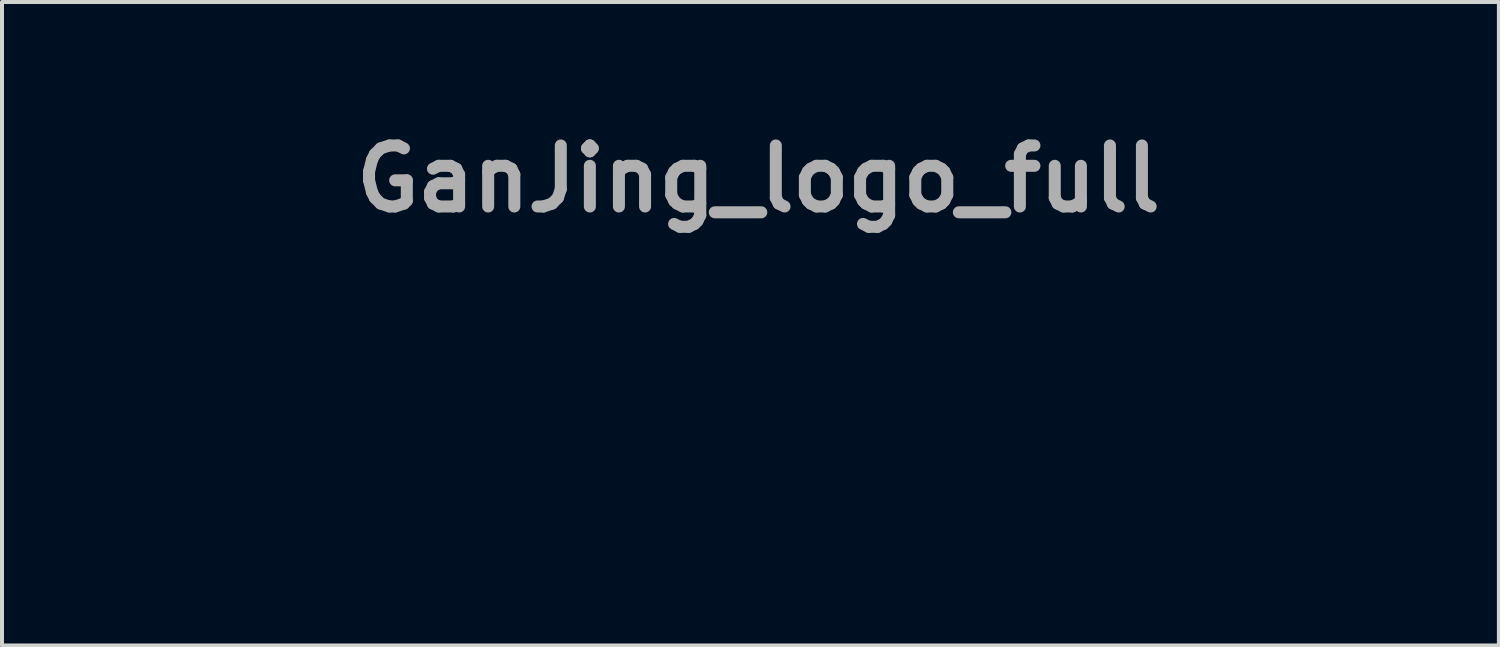
<source format=kicad_pcb>
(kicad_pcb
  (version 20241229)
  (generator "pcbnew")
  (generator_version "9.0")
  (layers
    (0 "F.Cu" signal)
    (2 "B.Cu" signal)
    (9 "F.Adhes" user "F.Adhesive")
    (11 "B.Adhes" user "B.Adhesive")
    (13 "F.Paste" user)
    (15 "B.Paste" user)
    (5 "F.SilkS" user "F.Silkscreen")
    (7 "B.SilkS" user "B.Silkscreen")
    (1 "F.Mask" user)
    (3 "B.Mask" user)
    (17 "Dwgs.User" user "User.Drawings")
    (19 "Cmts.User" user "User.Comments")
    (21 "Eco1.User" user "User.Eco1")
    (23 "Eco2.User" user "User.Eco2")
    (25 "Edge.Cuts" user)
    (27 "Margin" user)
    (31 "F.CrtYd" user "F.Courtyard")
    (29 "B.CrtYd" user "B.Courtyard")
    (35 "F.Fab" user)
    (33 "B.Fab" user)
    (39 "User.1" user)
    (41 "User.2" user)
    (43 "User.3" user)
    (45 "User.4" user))
  (footprint "GanJing_logo_full"
    (layer "F.Cu")
    (at 15.892 6.854)
    (property "Reference" "GanJing_logo_full" (at 0 -5.436 0) (layer "F.Fab") (effects (font (size 1.524 1.524) (thickness 0.3))))
    (attr through_hole)
    (fp_poly (pts (xy -6.105 -0.125) (xy -6.104 -0.117) (xy -6.117 -0.101) (xy -6.137 -0.082) (xy -6.15 -0.076) (xy -6.159 -0.086) (xy -6.161 -0.101) (xy -6.154 -0.12) (xy -6.13 -0.126) (xy -6.128 -0.126) (xy -6.105 -0.125)) (stroke (width 0.01) (type solid)) (fill yes) (layer "F.Mask"))
    (fp_poly (pts (xy -5.976 -0.156) (xy -5.99 -0.128) (xy -6.011 -0.092) (xy -6.037 -0.054) (xy -6.064 -0.019) (xy -6.066 -0.016) (xy -6.099 0.02) (xy -6.118 0.036) (xy -6.123 0.034) (xy -6.114 0.016) (xy -6.093 -0.019) (xy -6.058 -0.067) (xy -6.057 -0.068) (xy -6.024 -0.111) (xy -5.998 -0.145) (xy -5.98 -0.165) (xy -5.974 -0.17) (xy -5.976 -0.156)) (stroke (width 0.01) (type solid)) (fill yes) (layer "F.Mask"))
    (fp_poly (pts (xy -3.233 -2.736) (xy -3.154 -2.703) (xy -3.09 -2.652) (xy -3.043 -2.583) (xy -3.037 -2.568) (xy -3.018 -2.494) (xy -3.021 -2.418) (xy -3.046 -2.346) (xy -3.09 -2.281) (xy -3.152 -2.227) (xy -3.2 -2.201) (xy -3.247 -2.186) (xy -3.312 -2.176) (xy -3.385 -2.171) (xy -3.461 -2.171) (xy -3.531 -2.176) (xy -3.573 -2.184) (xy -3.614 -2.195) (xy -3.645 -2.207) (xy -3.655 -2.213) (xy -3.678 -2.227) (xy -3.712 -2.244) (xy -3.722 -2.248) (xy -3.767 -2.27) (xy -3.809 -2.297) (xy -3.814 -2.3) (xy -3.842 -2.327) (xy -3.854 -2.355) (xy -3.855 -2.38) (xy -3.846 -2.432) (xy -3.822 -2.493) (xy -3.786 -2.556) (xy -3.742 -2.613) (xy -3.719 -2.636) (xy -3.683 -2.667) (xy -3.646 -2.689) (xy -3.6 -2.707) (xy -3.556 -2.72) (xy -3.435 -2.744) (xy -3.327 -2.75) (xy -3.233 -2.736)) (stroke (width 0.01) (type solid)) (fill yes) (layer "F.Mask"))
    (fp_poly (pts (xy -4.314 -2.674) (xy -4.283 -2.659) (xy -4.251 -2.631) (xy -4.245 -2.624) (xy -4.209 -2.578) (xy -4.185 -2.525) (xy -4.168 -2.458) (xy -4.162 -2.413) (xy -4.154 -2.368) (xy -4.142 -2.328) (xy -4.137 -2.316) (xy -4.124 -2.28) (xy -4.12 -2.251) (xy -4.113 -2.221) (xy -4.101 -2.205) (xy -4.085 -2.183) (xy -4.07 -2.149) (xy -4.068 -2.142) (xy -4.062 -2.113) (xy -4.063 -2.086) (xy -4.075 -2.053) (xy -4.087 -2.027) (xy -4.144 -1.931) (xy -4.219 -1.853) (xy -4.312 -1.792) (xy -4.424 -1.745) (xy -4.426 -1.745) (xy -4.507 -1.722) (xy -4.572 -1.71) (xy -4.625 -1.708) (xy -4.667 -1.715) (xy -4.74 -1.743) (xy -4.8 -1.789) (xy -4.846 -1.854) (xy -4.88 -1.94) (xy -4.903 -2.047) (xy -4.907 -2.08) (xy -4.906 -2.169) (xy -4.888 -2.264) (xy -4.854 -2.358) (xy -4.808 -2.445) (xy -4.754 -2.512) (xy -4.68 -2.575) (xy -4.595 -2.626) (xy -4.506 -2.662) (xy -4.419 -2.68) (xy -4.356 -2.68) (xy -4.314 -2.674)) (stroke (width 0.01) (type solid)) (fill yes) (layer "F.Mask"))
    (fp_poly (pts (xy -7.389 -1.568) (xy -7.329 -1.545) (xy -7.281 -1.506) (xy -7.243 -1.449) (xy -7.214 -1.372) (xy -7.194 -1.273) (xy -7.182 -1.153) (xy -7.177 -1.088) (xy -7.17 -1.029) (xy -7.164 -0.983) (xy -7.158 -0.955) (xy -7.157 -0.953) (xy -7.147 -0.915) (xy -7.144 -0.886) (xy -7.14 -0.858) (xy -7.128 -0.816) (xy -7.113 -0.768) (xy -7.111 -0.764) (xy -7.092 -0.705) (xy -7.086 -0.657) (xy -7.091 -0.611) (xy -7.109 -0.558) (xy -7.126 -0.521) (xy -7.183 -0.429) (xy -7.258 -0.349) (xy -7.347 -0.284) (xy -7.447 -0.236) (xy -7.553 -0.208) (xy -7.66 -0.201) (xy -7.686 -0.203) (xy -7.787 -0.225) (xy -7.873 -0.267) (xy -7.945 -0.33) (xy -7.999 -0.411) (xy -8.029 -0.483) (xy -8.041 -0.526) (xy -8.049 -0.567) (xy -8.054 -0.612) (xy -8.056 -0.669) (xy -8.056 -0.743) (xy -8.05 -0.878) (xy -8.033 -0.993) (xy -8.004 -1.095) (xy -7.96 -1.187) (xy -7.9 -1.275) (xy -7.822 -1.364) (xy -7.807 -1.379) (xy -7.724 -1.456) (xy -7.648 -1.513) (xy -7.578 -1.551) (xy -7.511 -1.571) (xy -7.462 -1.575) (xy -7.389 -1.568)) (stroke (width 0.01) (type solid)) (fill yes) (layer "F.Mask"))
    (fp_poly (pts (xy -6.465 -3.083) (xy -6.364 -3.063) (xy -6.304 -3.045) (xy -6.233 -3.019) (xy -6.158 -2.988) (xy -6.087 -2.955) (xy -6.026 -2.924) (xy -5.987 -2.9) (xy -5.955 -2.864) (xy -5.929 -2.81) (xy -5.908 -2.745) (xy -5.896 -2.675) (xy -5.893 -2.606) (xy -5.9 -2.546) (xy -5.913 -2.512) (xy -5.943 -2.469) (xy -5.989 -2.425) (xy -6.039 -2.388) (xy -6.065 -2.374) (xy -6.09 -2.365) (xy -6.134 -2.351) (xy -6.193 -2.332) (xy -6.262 -2.312) (xy -6.328 -2.293) (xy -6.413 -2.268) (xy -6.489 -2.243) (xy -6.553 -2.22) (xy -6.6 -2.2) (xy -6.615 -2.192) (xy -6.655 -2.171) (xy -6.691 -2.158) (xy -6.708 -2.154) (xy -6.727 -2.158) (xy -6.737 -2.173) (xy -6.744 -2.206) (xy -6.745 -2.211) (xy -6.756 -2.263) (xy -6.778 -2.314) (xy -6.812 -2.37) (xy -6.861 -2.435) (xy -6.879 -2.457) (xy -6.937 -2.53) (xy -6.976 -2.591) (xy -6.998 -2.641) (xy -7.005 -2.681) (xy -6.998 -2.72) (xy -6.978 -2.77) (xy -6.949 -2.828) (xy -6.914 -2.885) (xy -6.878 -2.935) (xy -6.855 -2.961) (xy -6.774 -3.025) (xy -6.682 -3.067) (xy -6.579 -3.086) (xy -6.465 -3.083)) (stroke (width 0.01) (type solid)) (fill yes) (layer "F.Mask"))
    (fp_poly (pts (xy -2.288 -4.118) (xy -2.234 -4.091) (xy -2.193 -4.061) (xy -2.152 -4.013) (xy -2.118 -3.951) (xy -2.097 -3.884) (xy -2.091 -3.838) (xy -2.101 -3.759) (xy -2.129 -3.687) (xy -2.171 -3.624) (xy -2.225 -3.578) (xy -2.279 -3.553) (xy -2.315 -3.546) (xy -2.346 -3.547) (xy -2.384 -3.557) (xy -2.405 -3.565) (xy -2.549 -3.607) (xy -2.701 -3.63) (xy -2.862 -3.635) (xy -3.036 -3.621) (xy -3.225 -3.588) (xy -3.248 -3.583) (xy -3.434 -3.534) (xy -3.633 -3.469) (xy -3.842 -3.387) (xy -4.055 -3.292) (xy -4.27 -3.185) (xy -4.359 -3.137) (xy -4.46 -3.082) (xy -4.553 -3.032) (xy -4.638 -2.987) (xy -4.709 -2.95) (xy -4.765 -2.922) (xy -4.802 -2.905) (xy -4.802 -2.905) (xy -4.833 -2.894) (xy -4.851 -2.895) (xy -4.87 -2.911) (xy -4.876 -2.916) (xy -4.893 -2.94) (xy -4.897 -2.958) (xy -4.896 -2.958) (xy -4.881 -2.972) (xy -4.848 -2.997) (xy -4.801 -3.03) (xy -4.744 -3.069) (xy -4.68 -3.111) (xy -4.612 -3.154) (xy -4.545 -3.195) (xy -4.513 -3.215) (xy -4.426 -3.265) (xy -4.321 -3.321) (xy -4.204 -3.382) (xy -4.08 -3.445) (xy -3.954 -3.506) (xy -3.832 -3.563) (xy -3.719 -3.614) (xy -3.717 -3.615) (xy -3.644 -3.647) (xy -3.557 -3.686) (xy -3.462 -3.729) (xy -3.368 -3.771) (xy -3.295 -3.805) (xy -3.161 -3.866) (xy -3.048 -3.918) (xy -2.952 -3.961) (xy -2.871 -3.996) (xy -2.803 -4.025) (xy -2.745 -4.048) (xy -2.693 -4.066) (xy -2.647 -4.081) (xy -2.602 -4.093) (xy -2.557 -4.104) (xy -2.514 -4.113) (xy -2.424 -4.128) (xy -2.35 -4.13) (xy -2.288 -4.118)) (stroke (width 0.01) (type solid)) (fill yes) (layer "F.Mask"))
    (fp_poly (pts (xy 11.978 -3.988) (xy 12.02 -3.965) (xy 12.074 -3.927) (xy 12.108 -3.885) (xy 12.126 -3.835) (xy 12.13 -3.77) (xy 12.129 -3.742) (xy 12.124 -3.687) (xy 12.114 -3.633) (xy 12.102 -3.595) (xy 12.088 -3.565) (xy 12.071 -3.546) (xy 12.045 -3.531) (xy 12.001 -3.515) (xy 12 -3.515) (xy 11.93 -3.488) (xy 11.847 -3.45) (xy 11.756 -3.403) (xy 11.665 -3.352) (xy 11.579 -3.3) (xy 11.568 -3.293) (xy 11.432 -3.2) (xy 11.294 -3.096) (xy 11.151 -2.98) (xy 11.002 -2.849) (xy 10.845 -2.703) (xy 10.679 -2.541) (xy 10.503 -2.36) (xy 10.321 -2.167) (xy 10.218 -2.059) (xy 10.114 -1.952) (xy 10.01 -1.85) (xy 9.909 -1.755) (xy 9.814 -1.668) (xy 9.726 -1.593) (xy 9.65 -1.531) (xy 9.586 -1.485) (xy 9.56 -1.468) (xy 9.536 -1.455) (xy 9.527 -1.458) (xy 9.525 -1.478) (xy 9.525 -1.48) (xy 9.532 -1.5) (xy 9.554 -1.541) (xy 9.59 -1.601) (xy 9.64 -1.68) (xy 9.704 -1.779) (xy 9.782 -1.896) (xy 9.801 -1.925) (xy 9.871 -2.028) (xy 9.93 -2.116) (xy 9.982 -2.191) (xy 10.029 -2.257) (xy 10.074 -2.316) (xy 10.119 -2.371) (xy 10.166 -2.425) (xy 10.219 -2.482) (xy 10.28 -2.544) (xy 10.351 -2.615) (xy 10.435 -2.696) (xy 10.534 -2.793) (xy 10.54 -2.798) (xy 10.618 -2.876) (xy 10.706 -2.966) (xy 10.796 -3.063) (xy 10.881 -3.157) (xy 10.957 -3.244) (xy 10.957 -3.244) (xy 11.036 -3.336) (xy 11.111 -3.421) (xy 11.181 -3.497) (xy 11.243 -3.562) (xy 11.296 -3.615) (xy 11.337 -3.653) (xy 11.366 -3.675) (xy 11.378 -3.679) (xy 11.394 -3.687) (xy 11.424 -3.707) (xy 11.463 -3.736) (xy 11.483 -3.753) (xy 11.599 -3.842) (xy 11.703 -3.912) (xy 11.798 -3.961) (xy 11.886 -3.991) (xy 11.914 -3.998) (xy 11.944 -3.999) (xy 11.978 -3.988)) (stroke (width 0.01) (type solid)) (fill yes) (layer "F.Mask"))
    (fp_poly (pts (xy -6.228 0.033) (xy -6.24 0.063) (xy -6.26 0.099) (xy -6.287 0.134) (xy -6.301 0.149) (xy -6.344 0.192) (xy -6.291 0.165) (xy -6.258 0.149) (xy -6.236 0.14) (xy -6.232 0.139) (xy -6.234 0.149) (xy -6.246 0.18) (xy -6.267 0.226) (xy -6.294 0.286) (xy -6.328 0.356) (xy -6.365 0.434) (xy -6.405 0.515) (xy -6.446 0.598) (xy -6.469 0.643) (xy -6.543 0.795) (xy -6.601 0.933) (xy -6.643 1.059) (xy -6.671 1.177) (xy -6.686 1.29) (xy -6.689 1.401) (xy -6.688 1.41) (xy -6.686 1.459) (xy -6.681 1.498) (xy -6.671 1.534) (xy -6.655 1.574) (xy -6.631 1.627) (xy -6.619 1.651) (xy -6.567 1.762) (xy -6.529 1.856) (xy -6.506 1.934) (xy -6.497 1.999) (xy -6.496 2.01) (xy -6.505 2.071) (xy -6.53 2.142) (xy -6.569 2.216) (xy -6.616 2.289) (xy -6.67 2.353) (xy -6.725 2.404) (xy -6.772 2.433) (xy -6.836 2.451) (xy -6.91 2.455) (xy -6.985 2.444) (xy -7.02 2.433) (xy -7.117 2.381) (xy -7.207 2.306) (xy -7.289 2.207) (xy -7.364 2.086) (xy -7.383 2.047) (xy -7.427 1.949) (xy -7.461 1.849) (xy -7.489 1.74) (xy -7.512 1.614) (xy -7.515 1.594) (xy -7.527 1.502) (xy -7.533 1.431) (xy -7.532 1.376) (xy -7.524 1.334) (xy -7.51 1.301) (xy -7.509 1.301) (xy -7.49 1.272) (xy -7.475 1.262) (xy -7.454 1.271) (xy -7.433 1.286) (xy -7.396 1.308) (xy -7.348 1.333) (xy -7.299 1.355) (xy -7.256 1.37) (xy -7.236 1.376) (xy -7.226 1.374) (xy -7.213 1.366) (xy -7.197 1.349) (xy -7.176 1.32) (xy -7.147 1.277) (xy -7.109 1.217) (xy -7.061 1.139) (xy -7.046 1.114) (xy -6.932 0.932) (xy -6.823 0.76) (xy -6.718 0.602) (xy -6.621 0.461) (xy -6.532 0.338) (xy -6.52 0.321) (xy -6.476 0.266) (xy -6.429 0.209) (xy -6.38 0.154) (xy -6.334 0.104) (xy -6.293 0.062) (xy -6.26 0.032) (xy -6.238 0.016) (xy -6.23 0.015) (xy -6.228 0.033)) (stroke (width 0.01) (type solid)) (fill yes) (layer "F.Mask"))
    (fp_poly (pts (xy 2.584 -3.118) (xy 2.67 -3.088) (xy 2.744 -3.037) (xy 2.804 -2.965) (xy 2.851 -2.871) (xy 2.879 -2.784) (xy 2.894 -2.699) (xy 2.891 -2.629) (xy 2.869 -2.576) (xy 2.856 -2.56) (xy 2.823 -2.54) (xy 2.77 -2.522) (xy 2.702 -2.507) (xy 2.626 -2.498) (xy 2.564 -2.495) (xy 2.51 -2.489) (xy 2.457 -2.469) (xy 2.432 -2.455) (xy 2.384 -2.422) (xy 2.325 -2.373) (xy 2.26 -2.311) (xy 2.191 -2.242) (xy 2.125 -2.168) (xy 2.063 -2.094) (xy 2.031 -2.053) (xy 2.004 -2.017) (xy 1.963 -1.965) (xy 1.91 -1.899) (xy 1.847 -1.822) (xy 1.777 -1.736) (xy 1.702 -1.645) (xy 1.624 -1.55) (xy 1.582 -1.5) (xy 1.429 -1.315) (xy 1.292 -1.147) (xy 1.168 -0.99) (xy 1.055 -0.844) (xy 0.952 -0.704) (xy 0.855 -0.569) (xy 0.764 -0.435) (xy 0.675 -0.299) (xy 0.588 -0.16) (xy 0.5 -0.012) (xy 0.435 0.098) (xy 0.397 0.163) (xy 0.362 0.22) (xy 0.33 0.267) (xy 0.307 0.298) (xy 0.295 0.311) (xy 0.264 0.325) (xy 0.226 0.334) (xy 0.19 0.339) (xy 0.165 0.336) (xy 0.161 0.333) (xy 0.151 0.307) (xy 0.15 0.261) (xy 0.156 0.196) (xy 0.171 0.115) (xy 0.192 0.022) (xy 0.219 -0.082) (xy 0.252 -0.194) (xy 0.29 -0.307) (xy 0.323 -0.401) (xy 0.354 -0.475) (xy 0.383 -0.535) (xy 0.414 -0.585) (xy 0.449 -0.631) (xy 0.47 -0.655) (xy 0.531 -0.726) (xy 0.594 -0.805) (xy 0.66 -0.896) (xy 0.731 -1) (xy 0.808 -1.121) (xy 0.893 -1.26) (xy 0.983 -1.411) (xy 1.088 -1.586) (xy 1.202 -1.765) (xy 1.319 -1.943) (xy 1.435 -2.111) (xy 1.547 -2.263) (xy 1.562 -2.284) (xy 1.609 -2.345) (xy 1.651 -2.403) (xy 1.688 -2.453) (xy 1.715 -2.49) (xy 1.726 -2.507) (xy 1.816 -2.639) (xy 1.905 -2.758) (xy 1.992 -2.863) (xy 2.075 -2.95) (xy 2.151 -3.017) (xy 2.183 -3.041) (xy 2.271 -3.087) (xy 2.375 -3.116) (xy 2.484 -3.127) (xy 2.584 -3.118)) (stroke (width 0.01) (type solid)) (fill yes) (layer "F.Mask"))
    (fp_poly (pts (xy -10.296 -2.003) (xy -10.255 -1.992) (xy -10.162 -1.953) (xy -10.09 -1.9) (xy -10.04 -1.836) (xy -10.011 -1.759) (xy -10.005 -1.671) (xy -10.009 -1.632) (xy -10.013 -1.611) (xy -10.019 -1.594) (xy -10.03 -1.577) (xy -10.049 -1.558) (xy -10.08 -1.534) (xy -10.126 -1.502) (xy -10.189 -1.459) (xy -10.191 -1.457) (xy -10.505 -1.237) (xy -10.799 -1.017) (xy -11.077 -0.792) (xy -11.345 -0.558) (xy -11.608 -0.312) (xy -11.705 -0.217) (xy -11.784 -0.137) (xy -11.847 -0.074) (xy -11.895 -0.025) (xy -11.928 0.011) (xy -11.949 0.036) (xy -11.958 0.051) (xy -11.957 0.057) (xy -11.95 0.057) (xy -11.905 0.043) (xy -11.844 0.016) (xy -11.769 -0.021) (xy -11.686 -0.066) (xy -11.597 -0.118) (xy -11.553 -0.145) (xy -11.407 -0.231) (xy -11.266 -0.305) (xy -11.132 -0.365) (xy -11.008 -0.41) (xy -10.896 -0.44) (xy -10.799 -0.453) (xy -10.778 -0.454) (xy -10.735 -0.451) (xy -10.706 -0.442) (xy -10.679 -0.421) (xy -10.673 -0.416) (xy -10.64 -0.367) (xy -10.619 -0.299) (xy -10.61 -0.211) (xy -10.61 -0.138) (xy -10.614 -0.081) (xy -10.62 -0.041) (xy -10.632 -0.007) (xy -10.652 0.031) (xy -10.659 0.043) (xy -10.697 0.098) (xy -10.752 0.162) (xy -10.817 0.232) (xy -10.889 0.301) (xy -10.951 0.356) (xy -10.997 0.401) (xy -11.051 0.466) (xy -11.11 0.545) (xy -11.171 0.636) (xy -11.233 0.733) (xy -11.293 0.834) (xy -11.349 0.933) (xy -11.397 1.028) (xy -11.435 1.114) (xy -11.457 1.172) (xy -11.486 1.279) (xy -11.505 1.389) (xy -11.512 1.495) (xy -11.506 1.589) (xy -11.505 1.601) (xy -11.479 1.701) (xy -11.438 1.785) (xy -11.38 1.852) (xy -11.303 1.904) (xy -11.208 1.941) (xy -11.093 1.965) (xy -10.98 1.975) (xy -10.909 1.977) (xy -10.854 1.976) (xy -10.804 1.971) (xy -10.751 1.961) (xy -10.692 1.948) (xy -10.517 1.899) (xy -10.364 1.844) (xy -10.233 1.782) (xy -10.126 1.714) (xy -10.043 1.64) (xy -10.027 1.62) (xy -9.984 1.555) (xy -9.948 1.477) (xy -9.925 1.399) (xy -9.922 1.379) (xy -9.921 1.314) (xy -9.932 1.235) (xy -9.952 1.152) (xy -9.98 1.072) (xy -9.985 1.061) (xy -10.018 0.987) (xy -9.993 0.919) (xy -9.937 0.742) (xy -9.902 0.571) (xy -9.886 0.4) (xy -9.885 0.357) (xy -9.885 0.304) (xy -9.883 0.263) (xy -9.882 0.237) (xy -9.881 0.232) (xy -9.874 0.244) (xy -9.859 0.274) (xy -9.838 0.316) (xy -9.821 0.351) (xy -9.758 0.47) (xy -9.692 0.572) (xy -9.615 0.667) (xy -9.58 0.706) (xy -9.498 0.792) (xy -9.502 1.092) (xy -9.504 1.188) (xy -9.505 1.261) (xy -9.507 1.318) (xy -9.51 1.36) (xy -9.514 1.392) (xy -9.52 1.417) (xy -9.527 1.439) (xy -9.536 1.462) (xy -9.599 1.581) (xy -9.683 1.702) (xy -9.785 1.82) (xy -9.9 1.933) (xy -10.026 2.036) (xy -10.155 2.124) (xy -10.356 2.234) (xy -10.557 2.319) (xy -10.758 2.381) (xy -10.962 2.417) (xy -11.168 2.431) (xy -11.192 2.431) (xy -11.272 2.429) (xy -11.336 2.425) (xy -11.39 2.418) (xy -11.445 2.406) (xy -11.472 2.399) (xy -11.574 2.366) (xy -11.674 2.324) (xy -11.768 2.276) (xy -11.848 2.225) (xy -11.905 2.178) (xy -11.976 2.092) (xy -12.025 1.996) (xy -12.052 1.894) (xy -12.054 1.866) (xy -12.055 1.771) (xy -12.044 1.658) (xy -12.022 1.533) (xy -11.991 1.401) (xy -11.952 1.266) (xy -11.93 1.201) (xy -11.908 1.143) (xy -11.88 1.072) (xy -11.848 0.995) (xy -11.814 0.915) (xy -11.779 0.837) (xy -11.746 0.765) (xy -11.717 0.705) (xy -11.694 0.66) (xy -11.683 0.641) (xy -11.668 0.613) (xy -11.65 0.573) (xy -11.632 0.527) (xy -11.616 0.481) (xy -11.603 0.441) (xy -11.597 0.413) (xy -11.598 0.405) (xy -11.615 0.404) (xy -11.651 0.416) (xy -11.701 0.44) (xy -11.762 0.474) (xy -11.833 0.517) (xy -11.911 0.566) (xy -11.991 0.62) (xy -12.052 0.663) (xy -12.185 0.755) (xy -12.318 0.837) (xy -12.446 0.908) (xy -12.566 0.965) (xy -12.674 1.007) (xy -12.735 1.026) (xy -12.819 1.043) (xy -12.893 1.052) (xy -12.954 1.054) (xy -12.997 1.046) (xy -13.009 1.04) (xy -13.026 1.025) (xy -13.036 1.004) (xy -13.038 0.974) (xy -13.033 0.933) (xy -13.02 0.877) (xy -12.998 0.803) (xy -12.968 0.709) (xy -12.968 0.708) (xy -12.942 0.63) (xy -12.922 0.573) (xy -12.907 0.533) (xy -12.894 0.506) (xy -12.882 0.488) (xy -12.868 0.476) (xy -12.853 0.467) (xy -12.849 0.465) (xy -12.805 0.448) (xy -12.756 0.435) (xy -12.748 0.433) (xy -12.694 0.419) (xy -12.626 0.391) (xy -12.551 0.354) (xy -12.475 0.31) (xy -12.403 0.263) (xy -12.366 0.235) (xy -12.336 0.209) (xy -12.292 0.168) (xy -12.234 0.113) (xy -12.165 0.046) (xy -12.087 -0.029) (xy -12.004 -0.112) (xy -11.916 -0.199) (xy -11.836 -0.279) (xy -11.713 -0.405) (xy -11.595 -0.526) (xy -11.484 -0.642) (xy -11.382 -0.75) (xy -11.289 -0.851) (xy -11.207 -0.942) (xy -11.137 -1.021) (xy -11.08 -1.089) (xy -11.037 -1.143) (xy -11.01 -1.182) (xy -10.999 -1.205) (xy -10.999 -1.206) (xy -11 -1.223) (xy -11.005 -1.231) (xy -11.02 -1.232) (xy -11.048 -1.225) (xy -11.094 -1.209) (xy -11.112 -1.203) (xy -11.169 -1.185) (xy -11.229 -1.17) (xy -11.295 -1.156) (xy -11.372 -1.143) (xy -11.464 -1.13) (xy -11.575 -1.116) (xy -11.642 -1.109) (xy -11.725 -1.099) (xy -11.805 -1.089) (xy -11.878 -1.08) (xy -11.936 -1.071) (xy -11.974 -1.065) (xy -12.06 -1.049) (xy -12.055 -1.151) (xy -12.05 -1.212) (xy -12.04 -1.259) (xy -12.024 -1.3) (xy -12.013 -1.321) (xy -11.958 -1.4) (xy -11.88 -1.478) (xy -11.782 -1.554) (xy -11.666 -1.626) (xy -11.535 -1.691) (xy -11.488 -1.712) (xy -11.436 -1.732) (xy -11.372 -1.755) (xy -11.299 -1.781) (xy -11.222 -1.807) (xy -11.144 -1.833) (xy -11.07 -1.856) (xy -11.005 -1.876) (xy -10.951 -1.892) (xy -10.915 -1.901) (xy -10.901 -1.902) (xy -10.877 -1.908) (xy -10.839 -1.921) (xy -10.795 -1.94) (xy -10.665 -1.991) (xy -10.54 -2.018) (xy -10.418 -2.022) (xy -10.296 -2.003)) (stroke (width 0.01) (type solid)) (fill yes) (layer "F.Mask"))
    (fp_poly (pts (xy 3.037 -2.146) (xy 3.083 -2.142) (xy 3.122 -2.133) (xy 3.159 -2.118) (xy 3.218 -2.083) (xy 3.274 -2.034) (xy 3.321 -1.978) (xy 3.346 -1.933) (xy 3.357 -1.877) (xy 3.344 -1.816) (xy 3.311 -1.754) (xy 3.258 -1.691) (xy 3.188 -1.631) (xy 3.102 -1.574) (xy 3.055 -1.549) (xy 2.927 -1.482) (xy 2.825 -1.416) (xy 2.745 -1.351) (xy 2.687 -1.286) (xy 2.651 -1.22) (xy 2.634 -1.152) (xy 2.633 -1.129) (xy 2.624 -1.086) (xy 2.598 -1.032) (xy 2.559 -0.974) (xy 2.511 -0.918) (xy 2.455 -0.86) (xy 2.566 -0.854) (xy 2.665 -0.841) (xy 2.746 -0.811) (xy 2.808 -0.765) (xy 2.854 -0.701) (xy 2.878 -0.64) (xy 2.895 -0.574) (xy 2.898 -0.523) (xy 2.887 -0.484) (xy 2.861 -0.45) (xy 2.851 -0.441) (xy 2.808 -0.408) (xy 2.754 -0.377) (xy 2.698 -0.351) (xy 2.648 -0.333) (xy 2.614 -0.328) (xy 2.576 -0.319) (xy 2.524 -0.296) (xy 2.463 -0.261) (xy 2.397 -0.218) (xy 2.33 -0.168) (xy 2.267 -0.115) (xy 2.212 -0.062) (xy 2.199 -0.048) (xy 2.161 -0.000101) (xy 2.126 0.053) (xy 2.096 0.108) (xy 2.073 0.16) (xy 2.058 0.206) (xy 2.054 0.24) (xy 2.061 0.261) (xy 2.071 0.265) (xy 2.109 0.258) (xy 2.162 0.24) (xy 2.225 0.212) (xy 2.292 0.177) (xy 2.336 0.151) (xy 2.443 0.093) (xy 2.566 0.038) (xy 2.696 -0.009) (xy 2.802 -0.039) (xy 2.914 -0.067) (xy 2.938 -0.038) (xy 2.952 -0.006) (xy 2.96 0.043) (xy 2.962 0.102) (xy 2.959 0.163) (xy 2.949 0.22) (xy 2.936 0.261) (xy 2.894 0.327) (xy 2.83 0.393) (xy 2.745 0.456) (xy 2.642 0.515) (xy 2.523 0.569) (xy 2.513 0.574) (xy 2.461 0.594) (xy 2.417 0.613) (xy 2.386 0.626) (xy 2.378 0.63) (xy 2.357 0.64) (xy 2.318 0.655) (xy 2.269 0.674) (xy 2.235 0.686) (xy 2.117 0.736) (xy 2.023 0.792) (xy 1.951 0.854) (xy 1.904 0.922) (xy 1.881 0.996) (xy 1.882 1.075) (xy 1.89 1.109) (xy 1.902 1.148) (xy 1.915 1.17) (xy 1.933 1.178) (xy 1.963 1.174) (xy 2.01 1.158) (xy 2.024 1.153) (xy 2.069 1.136) (xy 2.129 1.11) (xy 2.2 1.077) (xy 2.276 1.041) (xy 2.334 1.013) (xy 2.449 0.957) (xy 2.546 0.915) (xy 2.63 0.885) (xy 2.701 0.867) (xy 2.765 0.859) (xy 2.814 0.859) (xy 2.859 0.865) (xy 2.889 0.874) (xy 2.913 0.892) (xy 2.925 0.905) (xy 2.954 0.955) (xy 2.961 1.011) (xy 2.945 1.071) (xy 2.908 1.132) (xy 2.85 1.193) (xy 2.833 1.206) (xy 2.759 1.261) (xy 2.695 1.3) (xy 2.633 1.326) (xy 2.617 1.332) (xy 2.539 1.364) (xy 2.451 1.418) (xy 2.356 1.492) (xy 2.304 1.531) (xy 2.256 1.558) (xy 2.216 1.571) (xy 2.188 1.57) (xy 2.18 1.562) (xy 2.177 1.537) (xy 2.188 1.5) (xy 2.21 1.458) (xy 2.241 1.419) (xy 2.242 1.417) (xy 2.281 1.369) (xy 2.301 1.324) (xy 2.306 1.288) (xy 2.306 1.251) (xy 2.142 1.283) (xy 2.076 1.297) (xy 2.03 1.307) (xy 2 1.316) (xy 1.981 1.325) (xy 1.969 1.338) (xy 1.96 1.354) (xy 1.957 1.36) (xy 1.941 1.411) (xy 1.932 1.48) (xy 1.93 1.56) (xy 1.937 1.644) (xy 1.945 1.698) (xy 1.956 1.761) (xy 1.965 1.836) (xy 1.972 1.908) (xy 1.973 1.922) (xy 1.982 2.043) (xy 2.034 2.034) (xy 2.118 2.014) (xy 2.218 1.977) (xy 2.337 1.923) (xy 2.425 1.878) (xy 2.561 1.811) (xy 2.679 1.761) (xy 2.78 1.73) (xy 2.865 1.716) (xy 2.934 1.72) (xy 2.983 1.739) (xy 3.01 1.757) (xy 3.021 1.775) (xy 3.017 1.8) (xy 2.999 1.838) (xy 2.999 1.839) (xy 2.983 1.871) (xy 2.974 1.892) (xy 2.973 1.896) (xy 2.984 1.901) (xy 2.999 1.902) (xy 3.019 1.908) (xy 3.024 1.916) (xy 3.014 1.936) (xy 2.989 1.967) (xy 2.952 2.004) (xy 2.908 2.042) (xy 2.862 2.079) (xy 2.818 2.109) (xy 2.814 2.111) (xy 2.762 2.14) (xy 2.702 2.17) (xy 2.638 2.2) (xy 2.576 2.227) (xy 2.521 2.249) (xy 2.478 2.263) (xy 2.453 2.268) (xy 2.42 2.275) (xy 2.4 2.285) (xy 2.368 2.302) (xy 2.315 2.324) (xy 2.245 2.35) (xy 2.16 2.38) (xy 2.063 2.41) (xy 1.959 2.442) (xy 1.909 2.457) (xy 1.835 2.478) (xy 1.767 2.499) (xy 1.711 2.517) (xy 1.67 2.53) (xy 1.65 2.539) (xy 1.625 2.549) (xy 1.582 2.562) (xy 1.527 2.578) (xy 1.471 2.593) (xy 1.409 2.608) (xy 1.366 2.618) (xy 1.335 2.623) (xy 1.311 2.622) (xy 1.287 2.617) (xy 1.259 2.608) (xy 1.196 2.581) (xy 1.155 2.547) (xy 1.134 2.504) (xy 1.129 2.453) (xy 1.14 2.381) (xy 1.169 2.312) (xy 1.212 2.255) (xy 1.213 2.255) (xy 1.235 2.238) (xy 1.275 2.214) (xy 1.325 2.186) (xy 1.366 2.165) (xy 1.421 2.136) (xy 1.472 2.109) (xy 1.512 2.086) (xy 1.53 2.075) (xy 1.555 2.057) (xy 1.57 2.048) (xy 1.57 2.047) (xy 1.569 2.036) (xy 1.564 2.006) (xy 1.556 1.964) (xy 1.555 1.959) (xy 1.547 1.909) (xy 1.539 1.843) (xy 1.533 1.772) (xy 1.529 1.722) (xy 1.521 1.574) (xy 1.482 1.582) (xy 1.416 1.607) (xy 1.348 1.657) (xy 1.276 1.732) (xy 1.201 1.832) (xy 1.188 1.851) (xy 1.131 1.933) (xy 1.076 2.001) (xy 1.026 2.052) (xy 0.983 2.085) (xy 0.97 2.091) (xy 0.946 2.099) (xy 0.92 2.098) (xy 0.883 2.089) (xy 0.852 2.079) (xy 0.76 2.04) (xy 0.688 1.989) (xy 0.638 1.929) (xy 0.611 1.861) (xy 0.61 1.856) (xy 0.609 1.807) (xy 0.618 1.75) (xy 0.636 1.695) (xy 0.657 1.657) (xy 0.679 1.632) (xy 0.703 1.613) (xy 0.734 1.6) (xy 0.775 1.59) (xy 0.83 1.583) (xy 0.902 1.577) (xy 0.983 1.574) (xy 1.092 1.568) (xy 1.18 1.559) (xy 1.251 1.546) (xy 1.311 1.528) (xy 1.362 1.504) (xy 1.409 1.474) (xy 1.415 1.469) (xy 1.456 1.435) (xy 1.485 1.4) (xy 1.505 1.361) (xy 1.517 1.311) (xy 1.523 1.246) (xy 1.524 1.162) (xy 1.524 1.101) (xy 1.522 1.049) (xy 1.519 1.013) (xy 1.516 0.996) (xy 1.515 0.995) (xy 1.501 1.001) (xy 1.47 1.018) (xy 1.429 1.042) (xy 1.404 1.057) (xy 1.285 1.121) (xy 1.179 1.163) (xy 1.084 1.183) (xy 1.001 1.182) (xy 0.928 1.159) (xy 0.87 1.117) (xy 0.832 1.067) (xy 0.813 1.004) (xy 0.813 0.926) (xy 0.831 0.833) (xy 0.841 0.796) (xy 0.85 0.77) (xy 0.86 0.749) (xy 0.875 0.73) (xy 0.898 0.708) (xy 0.933 0.681) (xy 0.983 0.645) (xy 1.02 0.62) (xy 1.086 0.573) (xy 1.154 0.521) (xy 1.216 0.471) (xy 1.266 0.428) (xy 1.274 0.421) (xy 1.319 0.382) (xy 1.377 0.333) (xy 1.444 0.279) (xy 1.512 0.226) (xy 1.543 0.203) (xy 1.6 0.159) (xy 1.647 0.121) (xy 1.683 0.09) (xy 1.703 0.07) (xy 1.706 0.063) (xy 1.696 0.057) (xy 1.674 0.049) (xy 1.639 0.038) (xy 1.587 0.023) (xy 1.515 0.003) (xy 1.432 -0.019) (xy 1.36 -0.048) (xy 1.313 -0.082) (xy 1.286 -0.108) (xy 1.272 -0.131) (xy 1.267 -0.16) (xy 1.267 -0.197) (xy 1.276 -0.27) (xy 1.304 -0.338) (xy 1.351 -0.404) (xy 1.418 -0.469) (xy 1.508 -0.533) (xy 1.62 -0.598) (xy 1.713 -0.646) (xy 1.804 -0.692) (xy 1.873 -0.734) (xy 1.923 -0.774) (xy 1.959 -0.815) (xy 1.983 -0.86) (xy 1.986 -0.866) (xy 2.012 -0.933) (xy 2.045 -1.005) (xy 2.08 -1.079) (xy 2.116 -1.147) (xy 2.149 -1.205) (xy 2.177 -1.247) (xy 2.185 -1.257) (xy 2.253 -1.32) (xy 2.324 -1.361) (xy 2.403 -1.379) (xy 2.431 -1.381) (xy 2.476 -1.383) (xy 2.505 -1.388) (xy 2.526 -1.401) (xy 2.547 -1.424) (xy 2.548 -1.425) (xy 2.572 -1.461) (xy 2.596 -1.508) (xy 2.617 -1.558) (xy 2.63 -1.601) (xy 2.633 -1.622) (xy 2.628 -1.645) (xy 2.615 -1.68) (xy 2.606 -1.698) (xy 2.578 -1.78) (xy 2.573 -1.858) (xy 2.594 -1.931) (xy 2.64 -2.001) (xy 2.672 -2.034) (xy 2.732 -2.085) (xy 2.79 -2.118) (xy 2.854 -2.138) (xy 2.93 -2.146) (xy 2.973 -2.147) (xy 3.037 -2.146)) (stroke (width 0.01) (type solid)) (fill yes) (layer "F.Mask"))
    (fp_poly (pts (xy 14.078 0.203) (xy 14.133 0.204) (xy 14.226 0.206) (xy 14.297 0.208) (xy 14.352 0.211) (xy 14.395 0.215) (xy 14.429 0.22) (xy 14.459 0.228) (xy 14.488 0.237) (xy 14.489 0.237) (xy 14.601 0.288) (xy 14.704 0.359) (xy 14.794 0.445) (xy 14.87 0.544) (xy 14.926 0.651) (xy 14.95 0.722) (xy 14.966 0.817) (xy 14.967 0.916) (xy 14.953 1.016) (xy 14.927 1.114) (xy 14.891 1.207) (xy 14.845 1.292) (xy 14.791 1.366) (xy 14.731 1.424) (xy 14.666 1.465) (xy 14.598 1.485) (xy 14.575 1.487) (xy 14.537 1.494) (xy 14.509 1.519) (xy 14.493 1.547) (xy 14.465 1.59) (xy 14.421 1.642) (xy 14.364 1.696) (xy 14.301 1.749) (xy 14.264 1.776) (xy 14.223 1.807) (xy 14.199 1.83) (xy 14.189 1.85) (xy 14.187 1.867) (xy 14.189 1.89) (xy 14.201 1.9) (xy 14.23 1.902) (xy 14.234 1.902) (xy 14.271 1.898) (xy 14.32 1.887) (xy 14.366 1.873) (xy 14.45 1.844) (xy 14.514 1.908) (xy 14.548 1.875) (xy 14.581 1.841) (xy 14.644 1.873) (xy 14.681 1.89) (xy 14.705 1.897) (xy 14.729 1.894) (xy 14.755 1.884) (xy 14.824 1.868) (xy 14.907 1.864) (xy 15.001 1.872) (xy 15.099 1.89) (xy 15.197 1.917) (xy 15.287 1.953) (xy 15.366 1.994) (xy 15.419 2.034) (xy 15.46 2.076) (xy 15.483 2.117) (xy 15.49 2.164) (xy 15.482 2.222) (xy 15.472 2.264) (xy 15.441 2.359) (xy 15.402 2.433) (xy 15.355 2.491) (xy 15.34 2.505) (xy 15.293 2.539) (xy 15.25 2.553) (xy 15.202 2.548) (xy 15.173 2.538) (xy 15.107 2.522) (xy 15.019 2.512) (xy 14.913 2.51) (xy 14.792 2.513) (xy 14.658 2.524) (xy 14.584 2.533) (xy 14.443 2.547) (xy 14.324 2.554) (xy 14.222 2.552) (xy 14.135 2.542) (xy 14.059 2.524) (xy 14.052 2.521) (xy 13.98 2.497) (xy 13.779 2.528) (xy 13.714 2.539) (xy 13.629 2.556) (xy 13.531 2.576) (xy 13.424 2.599) (xy 13.315 2.623) (xy 13.207 2.649) (xy 13.193 2.652) (xy 12.867 2.729) (xy 12.561 2.798) (xy 12.277 2.859) (xy 12.013 2.912) (xy 11.772 2.957) (xy 11.56 2.992) (xy 11.358 3.024) (xy 11.324 2.986) (xy 11.301 2.955) (xy 11.289 2.925) (xy 11.289 2.92) (xy 11.29 2.907) (xy 11.296 2.899) (xy 11.312 2.894) (xy 11.342 2.892) (xy 11.39 2.891) (xy 11.424 2.891) (xy 11.496 2.89) (xy 11.551 2.885) (xy 11.6 2.876) (xy 11.653 2.86) (xy 11.654 2.86) (xy 11.749 2.829) (xy 11.46 2.825) (xy 11.378 2.824) (xy 11.304 2.824) (xy 11.242 2.824) (xy 11.197 2.825) (xy 11.171 2.826) (xy 11.166 2.827) (xy 11.169 2.84) (xy 11.18 2.869) (xy 11.193 2.895) (xy 11.225 2.958) (xy 11.191 2.972) (xy 11.143 2.987) (xy 11.082 3) (xy 11.005 3.012) (xy 10.906 3.022) (xy 10.892 3.023) (xy 10.817 3.031) (xy 10.736 3.044) (xy 10.662 3.058) (xy 10.622 3.068) (xy 10.569 3.081) (xy 10.523 3.092) (xy 10.492 3.098) (xy 10.483 3.099) (xy 10.464 3.105) (xy 10.428 3.119) (xy 10.381 3.139) (xy 10.344 3.156) (xy 10.286 3.183) (xy 10.243 3.199) (xy 10.206 3.208) (xy 10.169 3.212) (xy 10.142 3.212) (xy 10.085 3.208) (xy 10.024 3.198) (xy 9.99 3.189) (xy 9.937 3.169) (xy 9.879 3.144) (xy 9.855 3.131) (xy 9.79 3.095) (xy 9.79 3.031) (xy 9.793 2.981) (xy 9.8 2.932) (xy 9.804 2.917) (xy 9.812 2.882) (xy 9.823 2.831) (xy 9.83 2.791) (xy 11.818 2.791) (xy 11.819 2.814) (xy 11.822 2.822) (xy 11.833 2.814) (xy 11.853 2.794) (xy 11.856 2.791) (xy 11.885 2.759) (xy 11.852 2.759) (xy 11.827 2.764) (xy 11.818 2.782) (xy 11.818 2.791) (xy 9.83 2.791) (xy 9.834 2.772) (xy 9.839 2.741) (xy 9.841 2.728) (xy 12.083 2.728) (xy 12.083 2.76) (xy 12.136 2.733) (xy 12.169 2.716) (xy 12.191 2.704) (xy 12.195 2.701) (xy 12.187 2.698) (xy 12.161 2.697) (xy 12.141 2.696) (xy 12.106 2.697) (xy 12.088 2.703) (xy 12.083 2.718) (xy 12.083 2.728) (xy 9.841 2.728) (xy 9.86 2.615) (xy 9.96 2.561) (xy 10.047 2.52) (xy 10.151 2.48) (xy 10.263 2.443) (xy 10.374 2.412) (xy 10.477 2.39) (xy 10.489 2.388) (xy 10.558 2.377) (xy 10.638 2.361) (xy 10.718 2.345) (xy 10.757 2.336) (xy 10.817 2.322) (xy 10.857 2.311) (xy 10.88 2.302) (xy 10.889 2.293) (xy 10.887 2.284) (xy 10.887 2.283) (xy 10.874 2.265) (xy 10.849 2.232) (xy 10.814 2.187) (xy 10.771 2.134) (xy 10.725 2.076) (xy 10.677 2.018) (xy 10.632 1.964) (xy 10.551 1.856) (xy 10.483 1.742) (xy 10.431 1.628) (xy 10.426 1.609) (xy 11.096 1.609) (xy 11.098 1.667) (xy 11.111 1.719) (xy 11.135 1.773) (xy 11.173 1.834) (xy 11.195 1.865) (xy 11.218 1.901) (xy 11.248 1.951) (xy 11.279 2.009) (xy 11.297 2.044) (xy 11.322 2.095) (xy 11.341 2.13) (xy 11.36 2.152) (xy 11.384 2.163) (xy 11.417 2.165) (xy 11.465 2.16) (xy 11.532 2.149) (xy 11.542 2.148) (xy 11.755 2.109) (xy 12.413 2.109) (xy 12.428 2.128) (xy 12.434 2.135) (xy 12.454 2.153) (xy 12.474 2.163) (xy 12.501 2.165) (xy 12.54 2.16) (xy 12.597 2.149) (xy 12.649 2.139) (xy 12.715 2.126) (xy 12.781 2.113) (xy 12.801 2.11) (xy 12.917 2.085) (xy 13.029 2.053) (xy 13.131 2.017) (xy 13.22 1.977) (xy 13.289 1.936) (xy 13.304 1.926) (xy 13.326 1.913) (xy 13.353 1.908) (xy 13.389 1.911) (xy 13.44 1.923) (xy 13.509 1.943) (xy 13.594 1.969) (xy 13.676 1.897) (xy 13.761 1.82) (xy 13.849 1.734) (xy 13.938 1.644) (xy 14.024 1.553) (xy 14.104 1.463) (xy 14.176 1.378) (xy 14.236 1.302) (xy 14.281 1.238) (xy 14.293 1.219) (xy 14.335 1.132) (xy 14.363 1.042) (xy 14.375 0.956) (xy 14.376 0.942) (xy 14.374 0.896) (xy 14.366 0.866) (xy 14.351 0.843) (xy 14.345 0.838) (xy 14.313 0.813) (xy 14.28 0.799) (xy 14.259 0.798) (xy 14.217 0.798) (xy 14.156 0.801) (xy 14.08 0.806) (xy 13.992 0.812) (xy 13.897 0.819) (xy 13.855 0.823) (xy 13.746 0.832) (xy 13.659 0.839) (xy 13.592 0.846) (xy 13.541 0.851) (xy 13.504 0.857) (xy 13.477 0.862) (xy 13.459 0.868) (xy 13.446 0.875) (xy 13.436 0.883) (xy 13.431 0.888) (xy 13.397 0.921) (xy 13.42 0.986) (xy 13.439 1.081) (xy 13.437 1.186) (xy 13.413 1.3) (xy 13.368 1.422) (xy 13.301 1.55) (xy 13.244 1.64) (xy 13.207 1.694) (xy 13.177 1.731) (xy 13.149 1.757) (xy 13.117 1.776) (xy 13.076 1.794) (xy 13.059 1.8) (xy 12.989 1.831) (xy 12.905 1.874) (xy 12.814 1.927) (xy 12.721 1.986) (xy 12.687 2.009) (xy 12.632 2.047) (xy 12.594 2.072) (xy 12.573 2.085) (xy 12.565 2.087) (xy 12.569 2.08) (xy 12.577 2.071) (xy 12.596 2.045) (xy 12.594 2.032) (xy 12.571 2.029) (xy 12.567 2.028) (xy 12.524 2.036) (xy 12.474 2.056) (xy 12.43 2.082) (xy 12.429 2.083) (xy 12.413 2.097) (xy 12.413 2.109) (xy 11.755 2.109) (xy 11.777 2.105) (xy 11.992 2.048) (xy 12.185 1.979) (xy 12.356 1.897) (xy 12.507 1.802) (xy 12.635 1.695) (xy 12.742 1.575) (xy 12.745 1.571) (xy 12.802 1.485) (xy 12.856 1.387) (xy 12.901 1.289) (xy 12.915 1.252) (xy 12.937 1.187) (xy 12.902 1.153) (xy 12.866 1.119) (xy 12.799 1.139) (xy 12.674 1.185) (xy 12.546 1.25) (xy 12.419 1.331) (xy 12.301 1.424) (xy 12.215 1.506) (xy 12.153 1.567) (xy 12.102 1.61) (xy 12.058 1.636) (xy 12.017 1.648) (xy 11.975 1.647) (xy 11.944 1.639) (xy 11.881 1.609) (xy 11.821 1.559) (xy 11.769 1.494) (xy 11.728 1.42) (xy 11.708 1.362) (xy 11.694 1.318) (xy 11.675 1.271) (xy 11.654 1.23) (xy 11.635 1.199) (xy 11.62 1.185) (xy 11.618 1.184) (xy 11.602 1.187) (xy 11.568 1.195) (xy 11.523 1.206) (xy 11.513 1.209) (xy 11.398 1.245) (xy 11.298 1.291) (xy 11.217 1.344) (xy 11.156 1.403) (xy 11.118 1.467) (xy 11.118 1.469) (xy 11.106 1.512) (xy 11.098 1.567) (xy 11.096 1.609) (xy 10.426 1.609) (xy 10.396 1.516) (xy 10.38 1.411) (xy 10.38 1.386) (xy 10.389 1.26) (xy 10.417 1.149) (xy 10.461 1.055) (xy 10.522 0.977) (xy 10.599 0.919) (xy 10.691 0.879) (xy 10.796 0.86) (xy 10.799 0.86) (xy 10.898 0.853) (xy 10.866 0.934) (xy 10.843 0.988) (xy 10.818 1.045) (xy 10.802 1.081) (xy 10.766 1.177) (xy 10.753 1.264) (xy 10.762 1.341) (xy 10.794 1.406) (xy 10.802 1.416) (xy 10.831 1.453) (xy 10.865 1.345) (xy 10.91 1.217) (xy 10.964 1.099) (xy 11.022 0.995) (xy 11.084 0.908) (xy 11.136 0.853) (xy 11.191 0.808) (xy 11.244 0.774) (xy 11.303 0.75) (xy 11.375 0.732) (xy 11.45 0.718) (xy 11.591 0.694) (xy 11.715 0.664) (xy 11.83 0.629) (xy 11.942 0.585) (xy 12.001 0.56) (xy 12.046 0.544) (xy 12.083 0.535) (xy 12.122 0.53) (xy 12.17 0.529) (xy 12.186 0.529) (xy 12.269 0.526) (xy 12.359 0.514) (xy 12.459 0.495) (xy 12.572 0.466) (xy 12.702 0.428) (xy 12.781 0.403) (xy 12.877 0.372) (xy 12.952 0.351) (xy 13.01 0.336) (xy 13.055 0.329) (xy 13.081 0.328) (xy 13.211 0.322) (xy 13.357 0.306) (xy 13.513 0.281) (xy 13.673 0.247) (xy 13.736 0.231) (xy 13.778 0.221) (xy 13.814 0.213) (xy 13.85 0.207) (xy 13.889 0.204) (xy 13.937 0.203) (xy 13.999 0.202) (xy 14.078 0.203)) (stroke (width 0.01) (type solid)) (fill yes) (layer "F.Mask"))
    (fp_poly (pts (xy -2.045 -3.105) (xy -1.999 -3.104) (xy -1.967 -3.1) (xy -1.942 -3.093) (xy -1.918 -3.081) (xy -1.896 -3.068) (xy -1.839 -3.018) (xy -1.796 -2.953) (xy -1.771 -2.878) (xy -1.765 -2.8) (xy -1.779 -2.723) (xy -1.782 -2.716) (xy -1.817 -2.655) (xy -1.872 -2.6) (xy -1.943 -2.552) (xy -2.023 -2.516) (xy -2.108 -2.495) (xy -2.137 -2.49) (xy -2.164 -2.484) (xy -2.194 -2.474) (xy -2.23 -2.46) (xy -2.276 -2.439) (xy -2.335 -2.411) (xy -2.411 -2.373) (xy -2.451 -2.353) (xy -2.756 -2.188) (xy -3.043 -2.008) (xy -3.311 -1.811) (xy -3.44 -1.706) (xy -3.513 -1.642) (xy -3.569 -1.594) (xy -3.609 -1.558) (xy -3.634 -1.534) (xy -3.646 -1.519) (xy -3.647 -1.513) (xy -3.645 -1.512) (xy -3.619 -1.515) (xy -3.574 -1.523) (xy -3.513 -1.536) (xy -3.441 -1.552) (xy -3.363 -1.571) (xy -3.282 -1.591) (xy -3.203 -1.612) (xy -3.131 -1.632) (xy -3.125 -1.634) (xy -3.042 -1.659) (xy -2.946 -1.69) (xy -2.846 -1.723) (xy -2.752 -1.756) (xy -2.713 -1.771) (xy -2.566 -1.822) (xy -2.438 -1.858) (xy -2.324 -1.881) (xy -2.222 -1.889) (xy -2.129 -1.884) (xy -2.041 -1.865) (xy -1.957 -1.833) (xy -1.944 -1.826) (xy -1.867 -1.778) (xy -1.804 -1.715) (xy -1.75 -1.631) (xy -1.734 -1.6) (xy -1.718 -1.564) (xy -1.706 -1.531) (xy -1.699 -1.497) (xy -1.694 -1.453) (xy -1.69 -1.395) (xy -1.688 -1.354) (xy -1.683 -1.271) (xy -1.675 -1.209) (xy -1.663 -1.162) (xy -1.645 -1.126) (xy -1.619 -1.097) (xy -1.596 -1.079) (xy -1.582 -1.07) (xy -1.566 -1.063) (xy -1.543 -1.058) (xy -1.511 -1.054) (xy -1.465 -1.051) (xy -1.402 -1.048) (xy -1.318 -1.046) (xy -1.299 -1.046) (xy -1.037 -1.039) (xy -0.975 -1.002) (xy -0.919 -0.954) (xy -0.877 -0.895) (xy -0.852 -0.828) (xy -0.843 -0.758) (xy -0.852 -0.69) (xy -0.88 -0.63) (xy -0.909 -0.597) (xy -0.961 -0.56) (xy -1.03 -0.526) (xy -1.111 -0.498) (xy -1.159 -0.486) (xy -1.341 -0.44) (xy -1.501 -0.388) (xy -1.644 -0.328) (xy -1.761 -0.266) (xy -1.834 -0.218) (xy -1.906 -0.161) (xy -1.971 -0.099) (xy -2.024 -0.039) (xy -2.053 0.003) (xy -2.088 0.064) (xy -2.04 0.161) (xy -1.998 0.254) (xy -1.973 0.333) (xy -1.963 0.4) (xy -1.969 0.46) (xy -1.991 0.518) (xy -2.019 0.565) (xy -2.065 0.617) (xy -2.13 0.673) (xy -2.211 0.728) (xy -2.301 0.78) (xy -2.397 0.825) (xy -2.462 0.851) (xy -2.537 0.889) (xy -2.6 0.945) (xy -2.651 1.021) (xy -2.692 1.117) (xy -2.723 1.235) (xy -2.745 1.376) (xy -2.745 1.38) (xy -2.775 1.606) (xy -2.816 1.822) (xy -2.866 2.025) (xy -2.925 2.21) (xy -2.975 2.335) (xy -3.027 2.445) (xy -3.083 2.542) (xy -3.149 2.633) (xy -3.23 2.725) (xy -3.282 2.779) (xy -3.405 2.896) (xy -3.521 2.993) (xy -3.632 3.071) (xy -3.742 3.133) (xy -3.846 3.177) (xy -3.913 3.199) (xy -3.962 3.21) (xy -4 3.21) (xy -4.032 3.197) (xy -4.063 3.172) (xy -4.07 3.165) (xy -4.111 3.108) (xy -4.134 3.036) (xy -4.139 2.95) (xy -4.124 2.849) (xy -4.091 2.731) (xy -4.085 2.714) (xy -4.063 2.658) (xy -4.039 2.617) (xy -4.007 2.586) (xy -3.962 2.559) (xy -3.898 2.532) (xy -3.895 2.531) (xy -3.859 2.519) (xy -3.82 2.51) (xy -3.771 2.503) (xy -3.707 2.498) (xy -3.64 2.495) (xy -3.568 2.492) (xy -3.514 2.489) (xy -3.475 2.484) (xy -3.444 2.476) (xy -3.415 2.466) (xy -3.383 2.451) (xy -3.376 2.447) (xy -3.308 2.405) (xy -3.258 2.353) (xy -3.223 2.287) (xy -3.208 2.242) (xy -3.178 2.118) (xy -3.157 1.983) (xy -3.144 1.84) (xy -3.14 1.697) (xy -3.144 1.557) (xy -3.157 1.429) (xy -3.178 1.316) (xy -3.188 1.279) (xy -3.219 1.203) (xy -3.259 1.139) (xy -3.304 1.092) (xy -3.329 1.076) (xy -3.368 1.063) (xy -3.423 1.058) (xy -3.494 1.062) (xy -3.583 1.073) (xy -3.691 1.094) (xy -3.819 1.122) (xy -3.969 1.16) (xy -4.076 1.189) (xy -4.193 1.221) (xy -4.289 1.246) (xy -4.368 1.266) (xy -4.434 1.28) (xy -4.491 1.291) (xy -4.541 1.298) (xy -4.589 1.302) (xy -4.639 1.304) (xy -4.681 1.304) (xy -4.764 1.302) (xy -4.828 1.295) (xy -4.878 1.28) (xy -4.919 1.256) (xy -4.958 1.222) (xy -4.974 1.204) (xy -5.018 1.138) (xy -5.037 1.065) (xy -5.031 0.989) (xy -5.01 0.926) (xy -4.968 0.857) (xy -4.912 0.795) (xy -4.838 0.739) (xy -4.746 0.687) (xy -4.632 0.638) (xy -4.495 0.59) (xy -4.477 0.585) (xy -4.426 0.569) (xy -4.383 0.557) (xy -4.344 0.549) (xy -4.303 0.542) (xy -4.255 0.538) (xy -4.195 0.534) (xy -4.117 0.531) (xy -4.063 0.529) (xy -3.922 0.521) (xy -3.803 0.511) (xy -3.704 0.496) (xy -3.621 0.476) (xy -3.553 0.45) (xy -3.496 0.419) (xy -3.448 0.38) (xy -3.437 0.369) (xy -3.398 0.315) (xy -3.372 0.251) (xy -3.359 0.182) (xy -3.36 0.115) (xy -3.376 0.057) (xy -3.388 0.037) (xy -2.866 0.037) (xy -2.861 0.115) (xy -2.844 0.182) (xy -2.827 0.227) (xy -2.806 0.254) (xy -2.782 0.264) (xy -2.774 0.265) (xy -2.745 0.259) (xy -2.727 0.239) (xy -2.72 0.224) (xy -2.693 0.179) (xy -2.647 0.124) (xy -2.586 0.064) (xy -2.514 0.002) (xy -2.435 -0.059) (xy -2.351 -0.116) (xy -2.272 -0.164) (xy -2.242 -0.183) (xy -2.227 -0.199) (xy -2.226 -0.205) (xy -2.241 -0.217) (xy -2.271 -0.233) (xy -2.286 -0.24) (xy -2.318 -0.253) (xy -2.35 -0.257) (xy -2.389 -0.256) (xy -2.426 -0.251) (xy -2.553 -0.227) (xy -2.659 -0.192) (xy -2.744 -0.148) (xy -2.807 -0.095) (xy -2.848 -0.033) (xy -2.866 0.037) (xy -3.388 0.037) (xy -3.392 0.031) (xy -3.415 0.01) (xy -3.448 0.001) (xy -3.47 0) (xy -3.495 0.003) (xy -3.543 0.01) (xy -3.609 0.022) (xy -3.692 0.038) (xy -3.788 0.058) (xy -3.895 0.079) (xy -4.009 0.103) (xy -4.129 0.128) (xy -4.251 0.154) (xy -4.372 0.18) (xy -4.49 0.206) (xy -4.602 0.231) (xy -4.705 0.255) (xy -4.796 0.276) (xy -4.873 0.294) (xy -4.932 0.309) (xy -4.971 0.32) (xy -5.113 0.363) (xy -5.254 0.398) (xy -5.388 0.427) (xy -5.514 0.448) (xy -5.628 0.462) (xy -5.727 0.467) (xy -5.809 0.463) (xy -5.858 0.454) (xy -5.913 0.428) (xy -5.947 0.389) (xy -5.96 0.336) (xy -5.952 0.27) (xy -5.923 0.193) (xy -5.903 0.154) (xy -5.884 0.127) (xy -5.861 0.107) (xy -5.825 0.086) (xy -5.793 0.071) (xy -5.74 0.048) (xy -5.672 0.025) (xy -5.601 0.003) (xy -5.562 -0.006) (xy -5.503 -0.021) (xy -5.451 -0.034) (xy -5.412 -0.045) (xy -5.395 -0.051) (xy -5.377 -0.057) (xy -5.337 -0.068) (xy -5.278 -0.085) (xy -5.203 -0.105) (xy -5.115 -0.13) (xy -5.017 -0.156) (xy -4.91 -0.185) (xy -4.871 -0.195) (xy -4.74 -0.23) (xy -4.631 -0.258) (xy -4.542 -0.281) (xy -4.47 -0.298) (xy -4.412 -0.311) (xy -4.365 -0.32) (xy -4.329 -0.325) (xy -4.3 -0.328) (xy -4.289 -0.328) (xy -4.186 -0.335) (xy -4.085 -0.354) (xy -3.992 -0.383) (xy -3.912 -0.422) (xy -3.85 -0.467) (xy -3.836 -0.481) (xy -3.803 -0.534) (xy -3.791 -0.591) (xy -3.798 -0.649) (xy -3.823 -0.701) (xy -3.862 -0.744) (xy -3.914 -0.772) (xy -3.971 -0.781) (xy -3.996 -0.778) (xy -4.04 -0.769) (xy -4.1 -0.755) (xy -4.171 -0.737) (xy -4.25 -0.717) (xy -4.268 -0.712) (xy -4.418 -0.674) (xy -4.549 -0.643) (xy -4.665 -0.62) (xy -4.772 -0.603) (xy -4.873 -0.593) (xy -4.972 -0.588) (xy -5.025 -0.587) (xy -5.096 -0.587) (xy -5.147 -0.588) (xy -5.181 -0.59) (xy -5.202 -0.594) (xy -5.215 -0.601) (xy -5.223 -0.61) (xy -5.236 -0.644) (xy -5.241 -0.693) (xy -5.239 -0.747) (xy -5.229 -0.799) (xy -5.217 -0.83) (xy -5.174 -0.89) (xy -5.107 -0.953) (xy -5.015 -1.017) (xy -4.993 -1.03) (xy -3.069 -1.03) (xy -3.066 -0.995) (xy -3.061 -0.948) (xy -3.053 -0.895) (xy -3.043 -0.841) (xy -3.032 -0.793) (xy -3.022 -0.757) (xy -3.021 -0.753) (xy -3.001 -0.716) (xy -2.975 -0.683) (xy -2.947 -0.662) (xy -2.926 -0.658) (xy -2.908 -0.662) (xy -2.87 -0.672) (xy -2.813 -0.686) (xy -2.742 -0.704) (xy -2.659 -0.725) (xy -2.567 -0.747) (xy -2.528 -0.757) (xy -2.153 -0.85) (xy -2.161 -0.895) (xy -2.179 -0.956) (xy -2.209 -1.019) (xy -2.246 -1.075) (xy -2.278 -1.107) (xy -2.326 -1.142) (xy -2.371 -1.164) (xy -2.419 -1.175) (xy -2.477 -1.177) (xy -2.55 -1.172) (xy -2.618 -1.165) (xy -2.688 -1.155) (xy -2.751 -1.145) (xy -2.77 -1.141) (xy -2.824 -1.128) (xy -2.883 -1.112) (xy -2.943 -1.094) (xy -2.996 -1.076) (xy -3.039 -1.06) (xy -3.063 -1.048) (xy -3.066 -1.046) (xy -3.069 -1.03) (xy -4.993 -1.03) (xy -4.899 -1.084) (xy -4.759 -1.153) (xy -4.595 -1.223) (xy -4.407 -1.296) (xy -4.219 -1.362) (xy -4.106 -1.402) (xy -4.011 -1.439) (xy -3.926 -1.478) (xy -3.845 -1.521) (xy -3.77 -1.564) (xy -3.669 -1.63) (xy -3.555 -1.711) (xy -3.433 -1.803) (xy -3.306 -1.904) (xy -3.18 -2.009) (xy -3.059 -2.116) (xy -2.985 -2.186) (xy -2.929 -2.237) (xy -2.872 -2.287) (xy -2.82 -2.331) (xy -2.778 -2.363) (xy -2.772 -2.368) (xy -2.732 -2.398) (xy -2.608 -2.398) (xy -2.607 -2.375) (xy -2.599 -2.374) (xy -2.583 -2.388) (xy -2.564 -2.408) (xy -2.558 -2.421) (xy -2.568 -2.43) (xy -2.583 -2.432) (xy -2.602 -2.425) (xy -2.608 -2.4) (xy -2.608 -2.398) (xy -2.732 -2.398) (xy -2.726 -2.403) (xy -2.675 -2.445) (xy -2.623 -2.491) (xy -2.575 -2.536) (xy -2.533 -2.579) (xy -2.502 -2.614) (xy -2.484 -2.638) (xy -2.482 -2.645) (xy -2.489 -2.669) (xy -2.506 -2.702) (xy -2.514 -2.714) (xy -2.535 -2.751) (xy -2.543 -2.785) (xy -2.54 -2.826) (xy -2.526 -2.881) (xy -2.526 -2.882) (xy -2.493 -2.951) (xy -2.439 -3.011) (xy -2.369 -3.06) (xy -2.333 -3.076) (xy -2.297 -3.089) (xy -2.26 -3.098) (xy -2.217 -3.103) (xy -2.16 -3.105) (xy -2.109 -3.105) (xy -2.045 -3.105)) (stroke (width 0.01) (type solid)) (fill yes) (layer "F.Mask"))
    (fp_poly (pts (xy -10.805 -3.736) (xy -10.781 -3.66) (xy -10.766 -3.592) (xy -10.761 -3.516) (xy -10.762 -3.484) (xy -10.771 -3.401) (xy -10.793 -3.33) (xy -10.831 -3.265) (xy -10.887 -3.198) (xy -10.904 -3.181) (xy -10.944 -3.145) (xy -10.989 -3.109) (xy -11.035 -3.076) (xy -11.077 -3.049) (xy -11.11 -3.031) (xy -11.13 -3.026) (xy -11.133 -3.027) (xy -11.133 -3.042) (xy -11.127 -3.073) (xy -11.116 -3.113) (xy -11.103 -3.155) (xy -11.091 -3.187) (xy -11.093 -3.194) (xy -11.11 -3.185) (xy -11.14 -3.164) (xy -11.18 -3.132) (xy -11.228 -3.091) (xy -11.28 -3.043) (xy -11.335 -2.992) (xy -11.389 -2.939) (xy -11.44 -2.887) (xy -11.485 -2.838) (xy -11.592 -2.714) (xy -11.695 -2.585) (xy -11.796 -2.447) (xy -11.897 -2.299) (xy -11.998 -2.139) (xy -12.102 -1.965) (xy -12.21 -1.774) (xy -12.322 -1.564) (xy -12.441 -1.334) (xy -12.494 -1.228) (xy -12.544 -1.127) (xy -12.593 -1.032) (xy -12.637 -0.947) (xy -12.676 -0.873) (xy -12.709 -0.812) (xy -12.733 -0.769) (xy -12.749 -0.744) (xy -12.752 -0.74) (xy -12.785 -0.723) (xy -12.812 -0.718) (xy -12.829 -0.716) (xy -12.842 -0.706) (xy -12.854 -0.684) (xy -12.868 -0.645) (xy -12.876 -0.621) (xy -12.894 -0.57) (xy -12.92 -0.506) (xy -12.951 -0.437) (xy -12.98 -0.377) (xy -13.008 -0.322) (xy -13.033 -0.278) (xy -13.058 -0.238) (xy -13.088 -0.199) (xy -13.126 -0.155) (xy -13.175 -0.101) (xy -13.217 -0.057) (xy -13.29 0.022) (xy -13.346 0.088) (xy -13.387 0.143) (xy -13.415 0.191) (xy -13.433 0.236) (xy -13.441 0.28) (xy -13.442 0.328) (xy -13.442 0.33) (xy -13.441 0.361) (xy -13.443 0.386) (xy -13.45 0.406) (xy -13.467 0.426) (xy -13.494 0.448) (xy -13.537 0.474) (xy -13.596 0.509) (xy -13.638 0.532) (xy -13.732 0.591) (xy -13.814 0.651) (xy -13.881 0.71) (xy -13.93 0.766) (xy -13.948 0.795) (xy -13.961 0.832) (xy -13.97 0.877) (xy -13.973 0.921) (xy -13.97 0.956) (xy -13.96 0.976) (xy -13.96 0.977) (xy -13.944 0.976) (xy -13.909 0.967) (xy -13.858 0.953) (xy -13.797 0.934) (xy -13.751 0.92) (xy -13.556 0.854) (xy -13.459 0.876) (xy -13.333 0.913) (xy -13.227 0.963) (xy -13.164 1.004) (xy -13.103 1.051) (xy -13.169 1.119) (xy -13.135 1.176) (xy -13.11 1.235) (xy -13.106 1.288) (xy -13.122 1.331) (xy -13.142 1.351) (xy -13.159 1.361) (xy -13.181 1.368) (xy -13.213 1.374) (xy -13.26 1.379) (xy -13.325 1.383) (xy -13.382 1.387) (xy -13.542 1.398) (xy -13.678 1.416) (xy -13.793 1.439) (xy -13.889 1.468) (xy -13.965 1.504) (xy -14.025 1.547) (xy -14.049 1.571) (xy -14.09 1.618) (xy -14.081 1.795) (xy -14.076 1.874) (xy -14.069 1.96) (xy -14.06 2.04) (xy -14.05 2.104) (xy -14.026 2.236) (xy -14.055 2.294) (xy -14.103 2.37) (xy -14.166 2.439) (xy -14.237 2.495) (xy -14.311 2.535) (xy -14.371 2.552) (xy -14.422 2.56) (xy -14.462 2.47) (xy -14.493 2.394) (xy -14.517 2.321) (xy -14.534 2.246) (xy -14.544 2.163) (xy -14.55 2.066) (xy -14.552 1.95) (xy -14.552 1.943) (xy -14.552 1.87) (xy -14.554 1.807) (xy -14.555 1.757) (xy -14.558 1.725) (xy -14.56 1.713) (xy -14.574 1.717) (xy -14.61 1.726) (xy -14.662 1.74) (xy -14.728 1.757) (xy -14.805 1.778) (xy -14.888 1.801) (xy -14.975 1.825) (xy -15.061 1.849) (xy -15.144 1.872) (xy -15.219 1.893) (xy -15.284 1.911) (xy -15.327 1.923) (xy -15.46 1.956) (xy -15.579 1.974) (xy -15.681 1.976) (xy -15.765 1.962) (xy -15.831 1.933) (xy -15.849 1.92) (xy -15.877 1.886) (xy -15.887 1.846) (xy -15.878 1.796) (xy -15.854 1.738) (xy -15.83 1.699) (xy -15.798 1.656) (xy -15.762 1.613) (xy -15.726 1.576) (xy -15.695 1.549) (xy -15.672 1.537) (xy -15.671 1.537) (xy -15.639 1.529) (xy -15.589 1.507) (xy -15.525 1.472) (xy -15.448 1.426) (xy -15.36 1.369) (xy -15.269 1.307) (xy -14.968 1.307) (xy -14.956 1.31) (xy -14.923 1.304) (xy -14.868 1.29) (xy -14.792 1.266) (xy -14.741 1.249) (xy -14.558 1.189) (xy -14.555 1.123) (xy -14.554 1.087) (xy -14.556 1.063) (xy -14.559 1.058) (xy -14.575 1.065) (xy -14.609 1.083) (xy -14.656 1.111) (xy -14.713 1.146) (xy -14.773 1.183) (xy -14.824 1.215) (xy -14.877 1.248) (xy -14.921 1.273) (xy -14.924 1.275) (xy -14.957 1.295) (xy -14.968 1.307) (xy -15.269 1.307) (xy -15.264 1.304) (xy -15.162 1.231) (xy -15.056 1.153) (xy -15.01 1.118) (xy -14.917 1.051) (xy -14.823 0.989) (xy -14.732 0.936) (xy -14.651 0.896) (xy -14.632 0.888) (xy -14.591 0.87) (xy -14.568 0.854) (xy -14.557 0.837) (xy -14.555 0.822) (xy -14.554 0.804) (xy -14.56 0.791) (xy -14.578 0.78) (xy -14.612 0.767) (xy -14.646 0.756) (xy -14.694 0.74) (xy -14.722 0.728) (xy -14.736 0.716) (xy -14.741 0.701) (xy -14.741 0.693) (xy -14.738 0.658) (xy -14.729 0.616) (xy -14.713 0.567) (xy -14.688 0.508) (xy -14.655 0.436) (xy -14.611 0.349) (xy -14.556 0.247) (xy -14.489 0.125) (xy -14.472 0.094) (xy -14.352 -0.12) (xy -14.425 -0.128) (xy -14.476 -0.137) (xy -14.525 -0.149) (xy -14.547 -0.157) (xy -14.595 -0.184) (xy -14.637 -0.218) (xy -14.666 -0.254) (xy -14.678 -0.287) (xy -14.678 -0.288) (xy -14.669 -0.334) (xy -14.644 -0.386) (xy -14.609 -0.436) (xy -14.577 -0.466) (xy -14.547 -0.487) (xy -14.503 -0.512) (xy -14.453 -0.538) (xy -14.404 -0.562) (xy -14.36 -0.581) (xy -14.329 -0.591) (xy -14.321 -0.592) (xy -14.305 -0.598) (xy -14.272 -0.615) (xy -14.229 -0.639) (xy -14.199 -0.656) (xy -14.147 -0.686) (xy -14.11 -0.704) (xy -14.083 -0.712) (xy -14.059 -0.713) (xy -14.048 -0.712) (xy -13.973 -0.689) (xy -13.916 -0.65) (xy -13.877 -0.598) (xy -13.86 -0.533) (xy -13.859 -0.514) (xy -13.868 -0.421) (xy -13.894 -0.343) (xy -13.941 -0.272) (xy -13.942 -0.271) (xy -13.982 -0.22) (xy -14.025 -0.16) (xy -14.068 -0.096) (xy -14.109 -0.031) (xy -14.146 0.032) (xy -14.176 0.088) (xy -14.198 0.135) (xy -14.21 0.168) (xy -14.209 0.183) (xy -14.193 0.184) (xy -14.159 0.175) (xy -14.111 0.16) (xy -14.054 0.14) (xy -13.993 0.116) (xy -13.932 0.091) (xy -13.876 0.065) (xy -13.859 0.057) (xy -13.723 -0.017) (xy -13.608 -0.091) (xy -13.516 -0.163) (xy -13.467 -0.218) (xy -13.42 -0.292) (xy -13.376 -0.382) (xy -13.336 -0.481) (xy -13.302 -0.585) (xy -13.276 -0.689) (xy -13.26 -0.787) (xy -13.254 -0.874) (xy -13.259 -0.937) (xy -13.283 -0.996) (xy -13.326 -1.046) (xy -13.384 -1.083) (xy -13.454 -1.104) (xy -13.5 -1.108) (xy -13.567 -1.105) (xy -13.652 -1.094) (xy -13.751 -1.078) (xy -13.858 -1.057) (xy -13.968 -1.032) (xy -14.076 -1.005) (xy -14.176 -0.976) (xy -14.264 -0.947) (xy -14.288 -0.939) (xy -14.457 -0.864) (xy -14.604 -0.779) (xy -14.729 -0.682) (xy -14.832 -0.575) (xy -14.911 -0.458) (xy -14.968 -0.329) (xy -14.986 -0.269) (xy -15.004 -0.148) (xy -14.998 -0.027) (xy -14.966 0.093) (xy -14.922 0.188) (xy -14.878 0.268) (xy -14.91 0.301) (xy -14.93 0.326) (xy -14.933 0.345) (xy -14.927 0.359) (xy -14.908 0.404) (xy -14.895 0.455) (xy -14.891 0.502) (xy -14.895 0.531) (xy -14.919 0.565) (xy -14.958 0.585) (xy -15.01 0.591) (xy -15.069 0.583) (xy -15.132 0.563) (xy -15.194 0.531) (xy -15.252 0.488) (xy -15.281 0.46) (xy -15.346 0.373) (xy -15.402 0.267) (xy -15.449 0.144) (xy -15.487 0.011) (xy -15.513 -0.131) (xy -15.528 -0.275) (xy -15.531 -0.418) (xy -15.52 -0.557) (xy -15.498 -0.674) (xy -15.446 -0.836) (xy -15.369 -0.995) (xy -15.269 -1.15) (xy -15.147 -1.298) (xy -15.003 -1.44) (xy -14.861 -1.557) (xy -14.787 -1.612) (xy -14.702 -1.671) (xy -14.614 -1.73) (xy -14.529 -1.785) (xy -14.453 -1.832) (xy -14.413 -1.855) (xy -14.315 -1.918) (xy -14.24 -1.985) (xy -14.189 -2.056) (xy -14.159 -2.132) (xy -14.153 -2.168) (xy -14.145 -2.234) (xy -14.232 -2.225) (xy -14.272 -2.22) (xy -14.331 -2.21) (xy -14.403 -2.198) (xy -14.484 -2.182) (xy -14.567 -2.166) (xy -14.571 -2.165) (xy -14.714 -2.138) (xy -14.835 -2.119) (xy -14.936 -2.108) (xy -15.015 -2.105) (xy -15.071 -2.111) (xy -15.1 -2.122) (xy -15.123 -2.141) (xy -15.132 -2.158) (xy -15.123 -2.174) (xy -15.098 -2.203) (xy -15.062 -2.24) (xy -15.018 -2.283) (xy -14.971 -2.327) (xy -14.922 -2.368) (xy -14.911 -2.377) (xy -14.82 -2.446) (xy -14.721 -2.51) (xy -14.62 -2.567) (xy -14.52 -2.616) (xy -14.427 -2.654) (xy -14.345 -2.678) (xy -14.305 -2.685) (xy -14.211 -2.702) (xy -14.129 -2.733) (xy -14.066 -2.773) (xy -14.058 -2.781) (xy -14.044 -2.795) (xy -14.034 -2.809) (xy -14.028 -2.828) (xy -14.025 -2.856) (xy -14.023 -2.897) (xy -14.023 -2.958) (xy -14.023 -2.987) (xy -14.017 -3.149) (xy -13.999 -3.296) (xy -13.969 -3.426) (xy -13.929 -3.538) (xy -13.878 -3.631) (xy -13.827 -3.692) (xy -13.779 -3.725) (xy -13.73 -3.733) (xy -13.681 -3.717) (xy -13.635 -3.678) (xy -13.597 -3.622) (xy -13.587 -3.591) (xy -13.58 -3.538) (xy -13.576 -3.471) (xy -13.575 -3.392) (xy -13.577 -3.307) (xy -13.581 -3.22) (xy -13.589 -3.136) (xy -13.598 -3.059) (xy -13.603 -3.033) (xy -13.612 -2.979) (xy -13.619 -2.935) (xy -13.622 -2.906) (xy -13.622 -2.898) (xy -13.61 -2.906) (xy -13.586 -2.925) (xy -13.568 -2.941) (xy -13.481 -3.003) (xy -13.378 -3.047) (xy -13.262 -3.072) (xy -13.191 -3.077) (xy -13.111 -3.073) (xy -13.052 -3.055) (xy -13.012 -3.023) (xy -12.994 -2.979) (xy -12.998 -2.923) (xy -13.014 -2.879) (xy -13.041 -2.817) (xy -12.976 -2.752) (xy -12.912 -2.687) (xy -12.951 -2.659) (xy -12.99 -2.636) (xy -13.046 -2.607) (xy -13.115 -2.576) (xy -13.191 -2.544) (xy -13.269 -2.512) (xy -13.346 -2.484) (xy -13.417 -2.46) (xy -13.476 -2.442) (xy -13.519 -2.433) (xy -13.532 -2.432) (xy -13.566 -2.426) (xy -13.583 -2.419) (xy -13.611 -2.391) (xy -13.638 -2.344) (xy -13.661 -2.28) (xy -13.679 -2.206) (xy -13.691 -2.126) (xy -13.695 -2.05) (xy -13.703 -1.969) (xy -13.724 -1.877) (xy -13.757 -1.783) (xy -13.785 -1.722) (xy -13.834 -1.642) (xy -13.891 -1.58) (xy -13.952 -1.536) (xy -14.015 -1.514) (xy -14.042 -1.512) (xy -14.074 -1.507) (xy -14.114 -1.49) (xy -14.165 -1.459) (xy -14.18 -1.449) (xy -14.223 -1.421) (xy -14.257 -1.399) (xy -14.277 -1.387) (xy -14.281 -1.386) (xy -14.285 -1.397) (xy -14.287 -1.426) (xy -14.287 -1.447) (xy -14.287 -1.509) (xy -14.385 -1.49) (xy -14.538 -1.45) (xy -14.675 -1.391) (xy -14.796 -1.312) (xy -14.899 -1.216) (xy -14.985 -1.102) (xy -15.053 -0.971) (xy -15.102 -0.823) (xy -15.129 -0.684) (xy -15.134 -0.643) (xy -15.135 -0.615) (xy -15.133 -0.605) (xy -15.123 -0.615) (xy -15.103 -0.641) (xy -15.079 -0.677) (xy -15.078 -0.678) (xy -14.99 -0.797) (xy -14.884 -0.914) (xy -14.763 -1.025) (xy -14.631 -1.128) (xy -14.493 -1.222) (xy -14.351 -1.302) (xy -14.208 -1.368) (xy -14.07 -1.417) (xy -13.939 -1.446) (xy -13.922 -1.448) (xy -13.854 -1.459) (xy -13.775 -1.475) (xy -13.699 -1.493) (xy -13.676 -1.499) (xy -13.573 -1.528) (xy -13.49 -1.548) (xy -13.421 -1.561) (xy -13.364 -1.566) (xy -13.314 -1.566) (xy -13.281 -1.562) (xy -13.162 -1.533) (xy -13.063 -1.49) (xy -12.983 -1.43) (xy -12.922 -1.355) (xy -12.917 -1.348) (xy -12.892 -1.304) (xy -12.874 -1.262) (xy -12.861 -1.217) (xy -12.851 -1.165) (xy -12.845 -1.099) (xy -12.841 -1.015) (xy -12.84 -0.99) (xy -12.832 -0.802) (xy -12.723 -1.028) (xy -12.686 -1.104) (xy -12.642 -1.196) (xy -12.593 -1.299) (xy -12.542 -1.405) (xy -12.492 -1.51) (xy -12.461 -1.575) (xy -12.367 -1.768) (xy -12.272 -1.959) (xy -12.177 -2.146) (xy -12.084 -2.324) (xy -11.994 -2.491) (xy -11.909 -2.643) (xy -11.832 -2.776) (xy -11.809 -2.814) (xy -11.778 -2.867) (xy -11.75 -2.916) (xy -11.729 -2.954) (xy -11.722 -2.97) (xy -11.704 -3.007) (xy -11.675 -3.058) (xy -11.639 -3.12) (xy -11.598 -3.186) (xy -11.556 -3.253) (xy -11.517 -3.313) (xy -11.482 -3.362) (xy -11.47 -3.379) (xy -11.371 -3.494) (xy -11.269 -3.588) (xy -11.165 -3.661) (xy -11.061 -3.71) (xy -10.958 -3.736) (xy -10.879 -3.739) (xy -10.805 -3.736)) (stroke (width 0.01) (type solid)) (fill yes) (layer "F.Mask"))
    (fp_poly (pts (xy 5.743 -3.403) (xy 5.767 -3.393) (xy 5.827 -3.351) (xy 5.873 -3.289) (xy 5.904 -3.207) (xy 5.92 -3.108) (xy 5.922 -3.053) (xy 5.923 -2.995) (xy 5.928 -2.959) (xy 5.941 -2.942) (xy 5.964 -2.941) (xy 6.001 -2.951) (xy 6.011 -2.955) (xy 6.136 -2.992) (xy 6.254 -3.009) (xy 6.362 -3.006) (xy 6.459 -2.983) (xy 6.494 -2.968) (xy 6.583 -2.911) (xy 6.66 -2.831) (xy 6.726 -2.729) (xy 6.779 -2.605) (xy 6.813 -2.491) (xy 6.845 -2.36) (xy 6.966 -2.352) (xy 7.049 -2.344) (xy 7.132 -2.332) (xy 7.209 -2.318) (xy 7.271 -2.301) (xy 7.296 -2.292) (xy 7.328 -2.267) (xy 7.352 -2.224) (xy 7.365 -2.171) (xy 7.366 -2.115) (xy 7.354 -2.064) (xy 7.33 -2.021) (xy 7.293 -1.986) (xy 7.242 -1.956) (xy 7.174 -1.931) (xy 7.085 -1.91) (xy 7.015 -1.896) (xy 6.926 -1.88) (xy 6.858 -1.863) (xy 6.806 -1.845) (xy 6.765 -1.824) (xy 6.732 -1.798) (xy 6.714 -1.779) (xy 6.685 -1.739) (xy 6.652 -1.687) (xy 6.623 -1.633) (xy 6.62 -1.627) (xy 6.582 -1.552) (xy 6.54 -1.481) (xy 6.497 -1.417) (xy 6.458 -1.367) (xy 6.426 -1.335) (xy 6.424 -1.334) (xy 6.386 -1.307) (xy 6.443 -1.247) (xy 6.383 -1.247) (xy 6.414 -1.215) (xy 6.444 -1.182) (xy 6.399 -1.142) (xy 6.3 -1.07) (xy 6.184 -1.009) (xy 6.057 -0.96) (xy 5.957 -0.934) (xy 5.859 -0.914) (xy 5.859 -0.715) (xy 5.917 -0.723) (xy 5.963 -0.733) (xy 6.016 -0.751) (xy 6.047 -0.764) (xy 6.143 -0.805) (xy 6.224 -0.831) (xy 6.294 -0.842) (xy 6.359 -0.84) (xy 6.424 -0.825) (xy 6.443 -0.819) (xy 6.521 -0.782) (xy 6.585 -0.736) (xy 6.635 -0.685) (xy 6.668 -0.63) (xy 6.685 -0.576) (xy 6.684 -0.524) (xy 6.663 -0.478) (xy 6.621 -0.439) (xy 6.605 -0.43) (xy 6.58 -0.42) (xy 6.536 -0.403) (xy 6.474 -0.381) (xy 6.401 -0.355) (xy 6.318 -0.327) (xy 6.241 -0.301) (xy 5.923 -0.196) (xy 5.897 -0.089) (xy 5.884 -0.037) (xy 5.872 0.007) (xy 5.865 0.037) (xy 5.863 0.043) (xy 5.861 0.055) (xy 5.868 0.061) (xy 5.888 0.063) (xy 5.926 0.061) (xy 5.949 0.06) (xy 5.994 0.054) (xy 6.057 0.043) (xy 6.13 0.027) (xy 6.206 0.01) (xy 6.237 0.002) (xy 6.374 -0.032) (xy 6.507 -0.062) (xy 6.632 -0.087) (xy 6.744 -0.106) (xy 6.838 -0.118) (xy 6.87 -0.121) (xy 6.923 -0.125) (xy 6.961 -0.124) (xy 6.991 -0.118) (xy 7.022 -0.105) (xy 7.041 -0.095) (xy 7.122 -0.046) (xy 7.181 0.008) (xy 7.218 0.065) (xy 7.231 0.123) (xy 7.22 0.182) (xy 7.185 0.24) (xy 7.181 0.245) (xy 7.145 0.276) (xy 7.096 0.306) (xy 7.03 0.335) (xy 6.947 0.363) (xy 6.846 0.391) (xy 6.724 0.419) (xy 6.581 0.447) (xy 6.415 0.476) (xy 6.274 0.499) (xy 6.185 0.515) (xy 6.103 0.532) (xy 6.033 0.551) (xy 5.977 0.569) (xy 5.939 0.586) (xy 5.922 0.601) (xy 5.922 0.604) (xy 5.92 0.62) (xy 5.917 0.656) (xy 5.913 0.705) (xy 5.909 0.745) (xy 5.879 0.97) (xy 5.833 1.202) (xy 5.774 1.432) (xy 5.71 1.635) (xy 5.66 1.776) (xy 6.386 1.777) (xy 6.528 1.777) (xy 6.664 1.778) (xy 6.791 1.779) (xy 6.907 1.78) (xy 7.01 1.782) (xy 7.097 1.784) (xy 7.165 1.786) (xy 7.211 1.788) (xy 7.226 1.789) (xy 7.364 1.811) (xy 7.482 1.843) (xy 7.581 1.885) (xy 7.658 1.936) (xy 7.714 1.996) (xy 7.745 2.059) (xy 7.752 2.089) (xy 7.749 2.104) (xy 7.738 2.109) (xy 7.719 2.115) (xy 7.68 2.126) (xy 7.627 2.141) (xy 7.565 2.158) (xy 7.534 2.167) (xy 7.469 2.186) (xy 7.411 2.202) (xy 7.365 2.215) (xy 7.336 2.223) (xy 7.33 2.225) (xy 7.313 2.239) (xy 7.291 2.269) (xy 7.267 2.308) (xy 7.231 2.364) (xy 7.191 2.409) (xy 7.177 2.421) (xy 7.154 2.437) (xy 7.132 2.451) (xy 7.108 2.462) (xy 7.08 2.471) (xy 7.047 2.478) (xy 7.005 2.484) (xy 6.952 2.488) (xy 6.886 2.491) (xy 6.805 2.493) (xy 6.706 2.494) (xy 6.587 2.494) (xy 6.446 2.495) (xy 6.401 2.495) (xy 6.235 2.494) (xy 6.092 2.493) (xy 5.967 2.492) (xy 5.858 2.489) (xy 5.761 2.486) (xy 5.674 2.482) (xy 5.593 2.476) (xy 5.515 2.469) (xy 5.437 2.46) (xy 5.356 2.45) (xy 5.355 2.45) (xy 5.067 2.402) (xy 4.781 2.337) (xy 4.501 2.256) (xy 4.234 2.16) (xy 4.068 2.09) (xy 3.959 2.041) (xy 3.822 2.144) (xy 3.652 2.266) (xy 3.49 2.372) (xy 3.337 2.461) (xy 3.197 2.531) (xy 3.069 2.581) (xy 3.066 2.582) (xy 3.014 2.599) (xy 2.971 2.612) (xy 2.942 2.619) (xy 2.934 2.62) (xy 2.935 2.613) (xy 2.953 2.592) (xy 2.983 2.562) (xy 3.011 2.537) (xy 3.057 2.494) (xy 3.117 2.438) (xy 3.186 2.371) (xy 3.26 2.297) (xy 3.337 2.22) (xy 3.413 2.143) (xy 3.483 2.071) (xy 3.545 2.007) (xy 3.593 1.954) (xy 3.613 1.932) (xy 3.692 1.842) (xy 3.567 1.772) (xy 3.444 1.696) (xy 3.345 1.623) (xy 3.268 1.551) (xy 3.213 1.479) (xy 3.178 1.405) (xy 3.173 1.375) (xy 4.353 1.375) (xy 4.365 1.389) (xy 4.392 1.406) (xy 4.437 1.431) (xy 4.456 1.44) (xy 4.561 1.49) (xy 4.681 1.54) (xy 4.808 1.589) (xy 4.933 1.633) (xy 4.988 1.65) (xy 5.046 1.668) (xy 5.113 1.687) (xy 5.185 1.707) (xy 5.256 1.727) (xy 5.323 1.745) (xy 5.381 1.759) (xy 5.425 1.77) (xy 5.45 1.775) (xy 5.452 1.776) (xy 5.462 1.766) (xy 5.461 1.736) (xy 5.461 1.736) (xy 5.434 1.602) (xy 5.412 1.514) (xy 5.404 1.482) (xy 5.4 1.451) (xy 5.4 1.414) (xy 5.404 1.365) (xy 5.411 1.298) (xy 5.412 1.294) (xy 5.421 1.221) (xy 5.431 1.144) (xy 5.442 1.074) (xy 5.449 1.033) (xy 5.458 0.971) (xy 5.464 0.896) (xy 5.468 0.821) (xy 5.468 0.795) (xy 5.468 0.664) (xy 5.427 0.672) (xy 5.398 0.678) (xy 5.352 0.687) (xy 5.295 0.7) (xy 5.248 0.711) (xy 5.118 0.736) (xy 4.972 0.759) (xy 4.817 0.776) (xy 4.674 0.788) (xy 4.541 0.796) (xy 4.511 0.916) (xy 4.494 0.974) (xy 4.471 1.048) (xy 4.442 1.131) (xy 4.412 1.215) (xy 4.383 1.293) (xy 4.356 1.358) (xy 4.354 1.363) (xy 4.353 1.375) (xy 3.173 1.375) (xy 3.163 1.327) (xy 3.162 1.302) (xy 3.174 1.238) (xy 3.206 1.174) (xy 3.255 1.113) (xy 3.316 1.06) (xy 3.386 1.019) (xy 3.459 0.994) (xy 3.475 0.99) (xy 3.554 0.989) (xy 3.646 1.005) (xy 3.747 1.038) (xy 3.853 1.086) (xy 3.932 1.131) (xy 4.016 1.182) (xy 4.052 0.997) (xy 4.076 0.854) (xy 4.088 0.728) (xy 4.088 0.619) (xy 4.075 0.53) (xy 4.065 0.495) (xy 4.053 0.466) (xy 4.036 0.437) (xy 4.011 0.404) (xy 3.975 0.363) (xy 3.925 0.311) (xy 3.894 0.28) (xy 3.842 0.227) (xy 3.795 0.177) (xy 3.756 0.134) (xy 3.73 0.101) (xy 3.722 0.088) (xy 3.704 0.034) (xy 3.696 -0.037) (xy 3.7 -0.119) (xy 3.714 -0.205) (xy 3.734 -0.277) (xy 3.757 -0.338) (xy 3.774 -0.375) (xy 4.143 -0.375) (xy 4.164 -0.283) (xy 4.183 -0.215) (xy 4.213 -0.138) (xy 4.256 -0.049) (xy 4.312 0.055) (xy 4.352 0.124) (xy 4.395 0.203) (xy 4.43 0.279) (xy 4.456 0.347) (xy 4.47 0.402) (xy 4.473 0.426) (xy 4.476 0.447) (xy 4.482 0.451) (xy 4.497 0.444) (xy 4.529 0.429) (xy 4.572 0.407) (xy 4.599 0.394) (xy 4.717 0.345) (xy 4.852 0.306) (xy 4.997 0.277) (xy 5.106 0.264) (xy 5.193 0.254) (xy 5.267 0.242) (xy 5.327 0.228) (xy 5.368 0.213) (xy 5.387 0.197) (xy 5.387 0.197) (xy 5.387 0.178) (xy 5.381 0.141) (xy 5.371 0.093) (xy 5.364 0.062) (xy 5.334 -0.057) (xy 5.282 -0.054) (xy 5.246 -0.049) (xy 5.195 -0.038) (xy 5.14 -0.022) (xy 5.126 -0.018) (xy 5.077 -0.003) (xy 5.033 0.007) (xy 4.987 0.013) (xy 4.931 0.016) (xy 4.858 0.018) (xy 4.857 0.018) (xy 4.788 0.018) (xy 4.739 0.017) (xy 4.702 0.013) (xy 4.673 0.006) (xy 4.644 -0.004) (xy 4.621 -0.015) (xy 4.583 -0.034) (xy 4.557 -0.051) (xy 4.548 -0.06) (xy 4.557 -0.075) (xy 4.577 -0.098) (xy 4.58 -0.101) (xy 4.612 -0.131) (xy 4.579 -0.165) (xy 4.557 -0.199) (xy 4.554 -0.235) (xy 4.572 -0.278) (xy 4.611 -0.33) (xy 4.619 -0.339) (xy 4.667 -0.385) (xy 4.722 -0.424) (xy 4.789 -0.459) (xy 4.871 -0.489) (xy 4.971 -0.518) (xy 5.093 -0.546) (xy 5.103 -0.548) (xy 5.161 -0.563) (xy 5.219 -0.584) (xy 5.263 -0.605) (xy 5.329 -0.643) (xy 5.329 -0.745) (xy 5.329 -0.795) (xy 5.327 -0.825) (xy 5.322 -0.838) (xy 5.313 -0.839) (xy 5.307 -0.837) (xy 5.244 -0.813) (xy 5.172 -0.788) (xy 5.099 -0.766) (xy 5.032 -0.748) (xy 4.979 -0.738) (xy 4.968 -0.736) (xy 4.898 -0.734) (xy 4.822 -0.741) (xy 4.751 -0.755) (xy 4.703 -0.772) (xy 4.683 -0.785) (xy 4.677 -0.804) (xy 4.681 -0.831) (xy 4.709 -0.913) (xy 4.761 -0.99) (xy 4.837 -1.061) (xy 4.936 -1.126) (xy 5.059 -1.183) (xy 5.14 -1.214) (xy 5.199 -1.235) (xy 5.261 -1.258) (xy 5.311 -1.277) (xy 5.386 -1.308) (xy 5.39 -1.44) (xy 5.393 -1.572) (xy 5.346 -1.561) (xy 5.318 -1.557) (xy 5.27 -1.552) (xy 5.207 -1.547) (xy 5.134 -1.542) (xy 5.065 -1.538) (xy 4.928 -1.528) (xy 4.813 -1.514) (xy 4.718 -1.494) (xy 4.639 -1.468) (xy 4.575 -1.436) (xy 4.521 -1.395) (xy 4.509 -1.383) (xy 4.469 -1.336) (xy 4.441 -1.284) (xy 4.421 -1.22) (xy 4.409 -1.144) (xy 4.398 -1.083) (xy 4.38 -1.009) (xy 4.358 -0.932) (xy 4.345 -0.895) (xy 4.324 -0.833) (xy 4.306 -0.775) (xy 4.291 -0.727) (xy 4.284 -0.699) (xy 4.271 -0.645) (xy 4.253 -0.591) (xy 4.235 -0.549) (xy 4.232 -0.542) (xy 4.22 -0.521) (xy 4.202 -0.486) (xy 4.182 -0.449) (xy 4.143 -0.375) (xy 3.774 -0.375) (xy 3.787 -0.406) (xy 3.822 -0.475) (xy 3.857 -0.538) (xy 3.889 -0.588) (xy 3.907 -0.611) (xy 3.933 -0.65) (xy 3.962 -0.707) (xy 3.991 -0.778) (xy 4.019 -0.857) (xy 4.044 -0.938) (xy 4.064 -1.015) (xy 4.076 -1.083) (xy 4.078 -1.095) (xy 4.082 -1.138) (xy 4.082 -1.162) (xy 4.076 -1.17) (xy 4.064 -1.168) (xy 4.062 -1.168) (xy 4.041 -1.16) (xy 4.001 -1.147) (xy 3.951 -1.129) (xy 3.909 -1.115) (xy 3.799 -1.081) (xy 3.706 -1.064) (xy 3.628 -1.062) (xy 3.564 -1.075) (xy 3.56 -1.076) (xy 3.507 -1.104) (xy 3.471 -1.143) (xy 3.446 -1.199) (xy 3.438 -1.228) (xy 3.431 -1.279) (xy 3.435 -1.321) (xy 3.454 -1.36) (xy 3.489 -1.403) (xy 3.528 -1.441) (xy 3.587 -1.487) (xy 3.667 -1.537) (xy 3.764 -1.589) (xy 3.874 -1.642) (xy 3.994 -1.695) (xy 4.032 -1.71) (xy 5.859 -1.71) (xy 5.859 -1.44) (xy 5.912 -1.45) (xy 5.961 -1.461) (xy 6.011 -1.476) (xy 6.019 -1.479) (xy 6.107 -1.522) (xy 6.187 -1.584) (xy 6.254 -1.659) (xy 6.287 -1.713) (xy 6.302 -1.744) (xy 6.311 -1.764) (xy 6.312 -1.767) (xy 6.301 -1.769) (xy 6.269 -1.768) (xy 6.223 -1.765) (xy 6.168 -1.76) (xy 6.109 -1.753) (xy 6.05 -1.746) (xy 5.998 -1.738) (xy 5.969 -1.732) (xy 5.859 -1.71) (xy 4.032 -1.71) (xy 4.121 -1.746) (xy 4.25 -1.793) (xy 4.378 -1.835) (xy 4.501 -1.871) (xy 4.616 -1.899) (xy 4.704 -1.915) (xy 4.773 -1.927) (xy 4.852 -1.944) (xy 4.937 -1.965) (xy 5.022 -1.987) (xy 5.105 -2.011) (xy 5.18 -2.035) (xy 5.244 -2.057) (xy 5.293 -2.077) (xy 5.322 -2.093) (xy 5.325 -2.096) (xy 5.332 -2.111) (xy 5.342 -2.143) (xy 5.35 -2.177) (xy 5.796 -2.177) (xy 5.805 -2.168) (xy 5.834 -2.173) (xy 5.849 -2.178) (xy 5.895 -2.192) (xy 5.961 -2.204) (xy 6.039 -2.215) (xy 6.123 -2.224) (xy 6.208 -2.23) (xy 6.283 -2.232) (xy 6.342 -2.233) (xy 6.391 -2.234) (xy 6.424 -2.237) (xy 6.438 -2.241) (xy 6.438 -2.241) (xy 6.43 -2.263) (xy 6.409 -2.297) (xy 6.38 -2.336) (xy 6.347 -2.375) (xy 6.315 -2.407) (xy 6.311 -2.411) (xy 6.235 -2.46) (xy 6.151 -2.487) (xy 6.059 -2.489) (xy 5.96 -2.467) (xy 5.926 -2.454) (xy 5.853 -2.425) (xy 5.825 -2.306) (xy 5.813 -2.254) (xy 5.803 -2.211) (xy 5.797 -2.183) (xy 5.796 -2.177) (xy 5.35 -2.177) (xy 5.353 -2.187) (xy 5.365 -2.236) (xy 5.376 -2.283) (xy 5.384 -2.322) (xy 5.388 -2.347) (xy 5.388 -2.352) (xy 5.374 -2.352) (xy 5.34 -2.345) (xy 5.291 -2.333) (xy 5.232 -2.317) (xy 5.168 -2.299) (xy 5.102 -2.28) (xy 5.04 -2.261) (xy 4.986 -2.243) (xy 4.951 -2.231) (xy 4.866 -2.202) (xy 4.775 -2.178) (xy 4.688 -2.162) (xy 4.613 -2.155) (xy 4.601 -2.154) (xy 4.555 -2.158) (xy 4.502 -2.168) (xy 4.448 -2.183) (xy 4.401 -2.199) (xy 4.368 -2.216) (xy 4.36 -2.223) (xy 4.354 -2.249) (xy 4.365 -2.287) (xy 4.39 -2.334) (xy 4.428 -2.385) (xy 4.471 -2.431) (xy 4.529 -2.483) (xy 4.592 -2.532) (xy 4.664 -2.577) (xy 4.746 -2.622) (xy 4.843 -2.666) (xy 4.956 -2.712) (xy 5.088 -2.761) (xy 5.213 -2.804) (xy 5.299 -2.834) (xy 5.364 -2.856) (xy 5.41 -2.874) (xy 5.44 -2.89) (xy 5.455 -2.906) (xy 5.458 -2.924) (xy 5.452 -2.946) (xy 5.437 -2.975) (xy 5.423 -3.003) (xy 5.398 -3.078) (xy 5.393 -3.158) (xy 5.408 -3.236) (xy 5.417 -3.259) (xy 5.454 -3.311) (xy 5.515 -3.354) (xy 5.598 -3.385) (xy 5.639 -3.395) (xy 5.687 -3.404) (xy 5.719 -3.407) (xy 5.743 -3.403)) (stroke (width 0.01) (type solid)) (fill yes) (layer "F.Mask"))
    (fp_poly (pts (xy 14.406 -3.598) (xy 14.446 -3.582) (xy 14.493 -3.561) (xy 14.542 -3.537) (xy 14.586 -3.514) (xy 14.617 -3.494) (xy 14.626 -3.485) (xy 14.63 -3.474) (xy 14.628 -3.453) (xy 14.619 -3.421) (xy 14.602 -3.377) (xy 14.577 -3.319) (xy 14.543 -3.243) (xy 14.498 -3.149) (xy 14.447 -3.045) (xy 14.409 -2.967) (xy 14.371 -2.889) (xy 14.337 -2.818) (xy 14.309 -2.759) (xy 14.289 -2.716) (xy 14.287 -2.712) (xy 14.245 -2.62) (xy 14.275 -2.59) (xy 14.306 -2.559) (xy 14.395 -2.59) (xy 14.504 -2.615) (xy 14.618 -2.618) (xy 14.733 -2.601) (xy 14.842 -2.565) (xy 14.939 -2.51) (xy 14.948 -2.504) (xy 14.962 -2.492) (xy 14.964 -2.479) (xy 14.956 -2.459) (xy 14.939 -2.429) (xy 14.903 -2.379) (xy 14.85 -2.322) (xy 14.786 -2.262) (xy 14.717 -2.206) (xy 14.649 -2.159) (xy 14.639 -2.153) (xy 14.6 -2.131) (xy 14.544 -2.1) (xy 14.474 -2.063) (xy 14.395 -2.023) (xy 14.313 -1.981) (xy 14.275 -1.962) (xy 14.156 -1.902) (xy 14.06 -1.851) (xy 13.984 -1.806) (xy 13.928 -1.767) (xy 13.889 -1.733) (xy 13.867 -1.704) (xy 13.859 -1.678) (xy 13.859 -1.677) (xy 13.859 -1.641) (xy 13.957 -1.683) (xy 14.09 -1.731) (xy 14.218 -1.757) (xy 14.341 -1.762) (xy 14.448 -1.747) (xy 14.539 -1.714) (xy 14.611 -1.663) (xy 14.666 -1.594) (xy 14.702 -1.509) (xy 14.719 -1.408) (xy 14.72 -1.367) (xy 14.714 -1.285) (xy 14.696 -1.209) (xy 14.664 -1.13) (xy 14.622 -1.053) (xy 14.578 -0.981) (xy 14.61 -0.917) (xy 14.642 -0.853) (xy 14.576 -0.786) (xy 14.543 -0.752) (xy 14.526 -0.73) (xy 14.523 -0.719) (xy 14.532 -0.712) (xy 14.534 -0.711) (xy 14.623 -0.679) (xy 14.711 -0.639) (xy 14.789 -0.598) (xy 14.822 -0.578) (xy 14.903 -0.525) (xy 14.873 -0.464) (xy 14.855 -0.43) (xy 14.844 -0.405) (xy 14.842 -0.398) (xy 14.852 -0.389) (xy 14.879 -0.373) (xy 14.905 -0.359) (xy 14.947 -0.333) (xy 14.966 -0.307) (xy 14.965 -0.275) (xy 14.954 -0.248) (xy 14.915 -0.195) (xy 14.86 -0.157) (xy 14.826 -0.144) (xy 14.773 -0.133) (xy 14.71 -0.132) (xy 14.634 -0.143) (xy 14.54 -0.165) (xy 14.46 -0.188) (xy 14.392 -0.208) (xy 14.319 -0.227) (xy 14.252 -0.242) (xy 14.232 -0.246) (xy 14.18 -0.255) (xy 14.143 -0.259) (xy 14.115 -0.257) (xy 14.086 -0.25) (xy 14.058 -0.24) (xy 13.999 -0.212) (xy 13.927 -0.169) (xy 13.841 -0.11) (xy 13.783 -0.066) (xy 13.73 -0.035) (xy 13.658 -0.005) (xy 13.572 0.023) (xy 13.478 0.045) (xy 13.45 0.05) (xy 13.402 0.06) (xy 13.339 0.075) (xy 13.269 0.095) (xy 13.204 0.114) (xy 13.118 0.14) (xy 13.05 0.16) (xy 12.998 0.174) (xy 12.955 0.184) (xy 12.917 0.19) (xy 12.879 0.193) (xy 12.837 0.194) (xy 12.807 0.194) (xy 12.685 0.185) (xy 12.569 0.159) (xy 12.455 0.112) (xy 12.337 0.044) (xy 12.331 0.04) (xy 12.301 0.019) (xy 12.288 -0.000037) (xy 12.285 -0.027) (xy 12.287 -0.052) (xy 12.305 -0.126) (xy 12.342 -0.208) (xy 12.381 -0.268) (xy 12.745 -0.268) (xy 12.746 -0.248) (xy 12.758 -0.214) (xy 12.769 -0.189) (xy 12.788 -0.154) (xy 12.803 -0.136) (xy 12.821 -0.132) (xy 12.848 -0.134) (xy 12.879 -0.14) (xy 12.927 -0.15) (xy 12.987 -0.163) (xy 13.049 -0.178) (xy 13.118 -0.195) (xy 13.187 -0.215) (xy 13.247 -0.233) (xy 13.285 -0.246) (xy 13.335 -0.266) (xy 13.39 -0.29) (xy 13.446 -0.315) (xy 13.498 -0.341) (xy 13.541 -0.363) (xy 13.571 -0.38) (xy 13.582 -0.39) (xy 13.582 -0.39) (xy 13.574 -0.404) (xy 13.553 -0.426) (xy 13.55 -0.428) (xy 13.536 -0.441) (xy 13.522 -0.449) (xy 13.503 -0.452) (xy 13.474 -0.452) (xy 13.429 -0.448) (xy 13.377 -0.442) (xy 13.238 -0.424) (xy 13.112 -0.403) (xy 13.001 -0.38) (xy 12.908 -0.356) (xy 12.834 -0.33) (xy 12.78 -0.304) (xy 12.75 -0.277) (xy 12.745 -0.268) (xy 12.381 -0.268) (xy 12.398 -0.294) (xy 12.419 -0.321) (xy 12.447 -0.352) (xy 12.487 -0.392) (xy 12.536 -0.438) (xy 12.589 -0.487) (xy 12.643 -0.534) (xy 12.692 -0.576) (xy 12.735 -0.609) (xy 12.765 -0.631) (xy 12.776 -0.637) (xy 12.794 -0.651) (xy 12.816 -0.678) (xy 12.82 -0.684) (xy 12.844 -0.715) (xy 12.874 -0.739) (xy 12.915 -0.756) (xy 12.969 -0.769) (xy 13.042 -0.777) (xy 13.128 -0.782) (xy 13.215 -0.788) (xy 13.314 -0.797) (xy 13.413 -0.808) (xy 13.494 -0.819) (xy 13.614 -0.834) (xy 13.715 -0.84) (xy 13.803 -0.837) (xy 13.883 -0.825) (xy 13.946 -0.807) (xy 13.988 -0.794) (xy 14.02 -0.785) (xy 14.036 -0.781) (xy 14.048 -0.791) (xy 14.071 -0.818) (xy 14.101 -0.858) (xy 14.135 -0.907) (xy 14.171 -0.96) (xy 14.205 -1.013) (xy 14.234 -1.062) (xy 14.252 -1.094) (xy 14.282 -1.157) (xy 14.297 -1.206) (xy 14.296 -1.242) (xy 14.281 -1.271) (xy 14.265 -1.285) (xy 14.24 -1.302) (xy 14.212 -1.308) (xy 14.172 -1.306) (xy 14.165 -1.305) (xy 14.092 -1.291) (xy 13.999 -1.264) (xy 13.887 -1.224) (xy 13.76 -1.172) (xy 13.617 -1.108) (xy 13.544 -1.074) (xy 13.391 -1.008) (xy 13.252 -0.961) (xy 13.127 -0.934) (xy 13.017 -0.926) (xy 12.952 -0.931) (xy 12.888 -0.945) (xy 12.841 -0.963) (xy 12.812 -0.984) (xy 12.805 -1.005) (xy 12.805 -1.005) (xy 12.811 -1.027) (xy 12.819 -1.066) (xy 12.83 -1.115) (xy 12.833 -1.13) (xy 12.848 -1.189) (xy 12.867 -1.248) (xy 12.886 -1.296) (xy 12.887 -1.299) (xy 12.908 -1.337) (xy 12.926 -1.358) (xy 12.952 -1.371) (xy 12.993 -1.381) (xy 13.036 -1.392) (xy 13.077 -1.406) (xy 13.118 -1.424) (xy 13.16 -1.447) (xy 13.206 -1.477) (xy 13.259 -1.516) (xy 13.319 -1.565) (xy 13.389 -1.626) (xy 13.472 -1.701) (xy 13.568 -1.79) (xy 13.662 -1.878) (xy 13.764 -1.972) (xy 13.848 -2.049) (xy 13.915 -2.107) (xy 13.943 -2.13) (xy 13.982 -2.163) (xy 13.95 -2.256) (xy 13.935 -2.304) (xy 13.925 -2.347) (xy 13.92 -2.395) (xy 13.918 -2.455) (xy 13.918 -2.495) (xy 13.918 -2.562) (xy 13.922 -2.614) (xy 13.928 -2.658) (xy 13.941 -2.705) (xy 13.959 -2.762) (xy 13.984 -2.828) (xy 14.014 -2.899) (xy 14.045 -2.961) (xy 14.055 -2.98) (xy 14.077 -3.022) (xy 14.092 -3.054) (xy 14.097 -3.072) (xy 14.096 -3.074) (xy 14.08 -3.069) (xy 14.047 -3.054) (xy 14 -3.033) (xy 13.944 -3.006) (xy 13.93 -2.999) (xy 13.819 -2.942) (xy 13.712 -2.879) (xy 13.614 -2.815) (xy 13.53 -2.753) (xy 13.463 -2.695) (xy 13.442 -2.674) (xy 13.374 -2.587) (xy 13.311 -2.476) (xy 13.252 -2.344) (xy 13.199 -2.191) (xy 13.152 -2.02) (xy 13.147 -1.999) (xy 13.118 -1.88) (xy 13.093 -1.783) (xy 13.072 -1.709) (xy 13.055 -1.657) (xy 13.046 -1.637) (xy 13.027 -1.612) (xy 12.996 -1.578) (xy 12.958 -1.544) (xy 12.955 -1.542) (xy 12.918 -1.509) (xy 12.869 -1.465) (xy 12.814 -1.414) (xy 12.76 -1.363) (xy 12.757 -1.361) (xy 12.704 -1.312) (xy 12.652 -1.265) (xy 12.606 -1.226) (xy 12.571 -1.198) (xy 12.568 -1.196) (xy 12.533 -1.174) (xy 12.503 -1.16) (xy 12.468 -1.154) (xy 12.421 -1.151) (xy 12.406 -1.15) (xy 12.357 -1.147) (xy 12.316 -1.142) (xy 12.293 -1.135) (xy 12.29 -1.134) (xy 12.285 -1.122) (xy 12.28 -1.096) (xy 12.276 -1.054) (xy 12.273 -0.993) (xy 12.27 -0.91) (xy 12.268 -0.834) (xy 12.266 -0.736) (xy 12.264 -0.659) (xy 12.26 -0.599) (xy 12.256 -0.551) (xy 12.25 -0.511) (xy 12.242 -0.475) (xy 12.236 -0.452) (xy 12.172 -0.269) (xy 12.085 -0.092) (xy 11.973 0.082) (xy 11.925 0.145) (xy 11.865 0.218) (xy 11.797 0.293) (xy 11.725 0.368) (xy 11.651 0.44) (xy 11.579 0.505) (xy 11.514 0.561) (xy 11.457 0.603) (xy 11.412 0.629) (xy 11.409 0.63) (xy 11.352 0.65) (xy 11.293 0.66) (xy 11.24 0.662) (xy 11.2 0.653) (xy 11.191 0.649) (xy 11.175 0.633) (xy 11.167 0.612) (xy 11.163 0.577) (xy 11.163 0.551) (xy 11.176 0.459) (xy 11.212 0.371) (xy 11.258 0.304) (xy 11.293 0.262) (xy 11.26 0.195) (xy 11.242 0.158) (xy 11.235 0.136) (xy 11.237 0.122) (xy 11.249 0.109) (xy 11.252 0.106) (xy 11.276 0.092) (xy 11.316 0.083) (xy 11.375 0.077) (xy 11.383 0.076) (xy 11.43 0.073) (xy 11.467 0.067) (xy 11.496 0.055) (xy 11.524 0.035) (xy 11.554 0.004) (xy 11.592 -0.043) (xy 11.622 -0.082) (xy 11.748 -0.264) (xy 11.85 -0.454) (xy 11.928 -0.651) (xy 11.983 -0.854) (xy 11.988 -0.882) (xy 11.998 -0.934) (xy 12.007 -0.979) (xy 12.013 -1.01) (xy 12.014 -1.015) (xy 12.007 -1.046) (xy 11.981 -1.078) (xy 11.944 -1.114) (xy 11.783 -1.085) (xy 11.688 -1.066) (xy 11.579 -1.043) (xy 11.466 -1.017) (xy 11.355 -0.99) (xy 11.255 -0.964) (xy 11.185 -0.944) (xy 11.14 -0.93) (xy 11.115 -0.919) (xy 11.103 -0.906) (xy 11.1 -0.888) (xy 11.1 -0.882) (xy 11.103 -0.857) (xy 11.117 -0.839) (xy 11.144 -0.827) (xy 11.189 -0.82) (xy 11.238 -0.815) (xy 11.33 -0.8) (xy 11.401 -0.772) (xy 11.451 -0.731) (xy 11.479 -0.677) (xy 11.486 -0.611) (xy 11.485 -0.597) (xy 11.464 -0.503) (xy 11.423 -0.424) (xy 11.363 -0.36) (xy 11.283 -0.313) (xy 11.185 -0.281) (xy 11.068 -0.266) (xy 11.015 -0.265) (xy 10.961 -0.265) (xy 10.925 -0.267) (xy 10.905 -0.272) (xy 10.892 -0.281) (xy 10.882 -0.296) (xy 10.88 -0.301) (xy 10.862 -0.331) (xy 10.835 -0.37) (xy 10.816 -0.397) (xy 10.77 -0.457) (xy 10.797 -0.597) (xy 10.808 -0.656) (xy 10.819 -0.706) (xy 10.827 -0.743) (xy 10.831 -0.759) (xy 10.831 -0.772) (xy 10.819 -0.779) (xy 10.79 -0.781) (xy 10.769 -0.781) (xy 10.702 -0.781) (xy 10.686 -0.643) (xy 10.667 -0.488) (xy 10.643 -0.338) (xy 10.615 -0.196) (xy 10.584 -0.066) (xy 10.552 0.05) (xy 10.519 0.146) (xy 10.497 0.196) (xy 10.441 0.297) (xy 10.379 0.373) (xy 10.312 0.425) (xy 10.238 0.454) (xy 10.156 0.46) (xy 10.107 0.454) (xy 10.042 0.436) (xy 9.972 0.407) (xy 9.908 0.373) (xy 9.878 0.353) (xy 9.848 0.33) (xy 9.891 0.244) (xy 9.911 0.207) (xy 9.943 0.154) (xy 9.983 0.089) (xy 10.028 0.018) (xy 10.076 -0.056) (xy 10.084 -0.069) (xy 10.155 -0.178) (xy 10.221 -0.28) (xy 10.28 -0.375) (xy 10.331 -0.458) (xy 10.372 -0.528) (xy 10.402 -0.582) (xy 10.419 -0.616) (xy 10.429 -0.645) (xy 10.425 -0.665) (xy 10.405 -0.688) (xy 10.404 -0.689) (xy 10.372 -0.721) (xy 10.304 -0.699) (xy 10.266 -0.685) (xy 10.212 -0.663) (xy 10.15 -0.637) (xy 10.092 -0.611) (xy 9.965 -0.556) (xy 9.854 -0.515) (xy 9.755 -0.485) (xy 9.663 -0.466) (xy 9.642 -0.463) (xy 9.568 -0.457) (xy 9.515 -0.463) (xy 9.479 -0.482) (xy 9.458 -0.517) (xy 9.45 -0.569) (xy 9.449 -0.59) (xy 9.46 -0.667) (xy 9.493 -0.739) (xy 9.549 -0.806) (xy 9.627 -0.869) (xy 9.729 -0.927) (xy 9.856 -0.982) (xy 9.948 -1.015) (xy 10.004 -1.035) (xy 10.053 -1.052) (xy 10.088 -1.065) (xy 10.104 -1.071) (xy 10.125 -1.081) (xy 10.163 -1.094) (xy 10.208 -1.109) (xy 10.297 -1.146) (xy 10.366 -1.193) (xy 10.413 -1.249) (xy 10.419 -1.259) (xy 10.428 -1.28) (xy 10.435 -1.302) (xy 10.436 -1.307) (xy 10.769 -1.307) (xy 10.811 -1.316) (xy 10.847 -1.325) (xy 10.894 -1.338) (xy 10.933 -1.35) (xy 11.001 -1.379) (xy 11.072 -1.422) (xy 11.138 -1.471) (xy 11.188 -1.522) (xy 11.194 -1.529) (xy 11.228 -1.573) (xy 11.179 -1.618) (xy 11.145 -1.648) (xy 11.098 -1.684) (xy 11.05 -1.719) (xy 11.047 -1.72) (xy 11.006 -1.749) (xy 10.981 -1.769) (xy 10.97 -1.786) (xy 10.967 -1.804) (xy 10.97 -1.824) (xy 10.995 -1.91) (xy 11.043 -1.988) (xy 11.115 -2.059) (xy 11.171 -2.099) (xy 11.225 -2.131) (xy 11.266 -2.148) (xy 11.299 -2.149) (xy 11.329 -2.136) (xy 11.336 -2.132) (xy 11.365 -2.116) (xy 11.409 -2.096) (xy 11.459 -2.076) (xy 11.463 -2.075) (xy 11.547 -2.042) (xy 11.608 -2.008) (xy 11.649 -1.97) (xy 11.672 -1.925) (xy 11.681 -1.871) (xy 11.681 -1.851) (xy 11.669 -1.757) (xy 11.642 -1.672) (xy 11.601 -1.6) (xy 11.549 -1.546) (xy 11.536 -1.538) (xy 11.497 -1.512) (xy 11.58 -1.512) (xy 11.642 -1.516) (xy 11.715 -1.528) (xy 11.793 -1.545) (xy 11.867 -1.566) (xy 11.929 -1.588) (xy 11.958 -1.602) (xy 11.99 -1.623) (xy 12.002 -1.641) (xy 12.001 -1.656) (xy 11.98 -1.733) (xy 11.966 -1.793) (xy 11.959 -1.841) (xy 11.957 -1.886) (xy 11.957 -1.89) (xy 11.951 -1.994) (xy 11.937 -2.106) (xy 11.914 -2.213) (xy 11.899 -2.268) (xy 11.871 -2.339) (xy 11.834 -2.409) (xy 11.791 -2.469) (xy 11.748 -2.516) (xy 11.722 -2.535) (xy 11.685 -2.556) (xy 11.424 -2.393) (xy 11.342 -2.342) (xy 11.278 -2.303) (xy 11.229 -2.274) (xy 11.191 -2.254) (xy 11.163 -2.241) (xy 11.14 -2.234) (xy 11.119 -2.231) (xy 11.1 -2.23) (xy 11.063 -2.231) (xy 11.044 -2.236) (xy 11.038 -2.249) (xy 11.037 -2.264) (xy 11.037 -2.298) (xy 10.992 -2.255) (xy 10.95 -2.203) (xy 10.91 -2.132) (xy 10.874 -2.048) (xy 10.845 -1.956) (xy 10.835 -1.917) (xy 10.825 -1.862) (xy 10.815 -1.79) (xy 10.806 -1.709) (xy 10.799 -1.628) (xy 10.798 -1.604) (xy 10.793 -1.531) (xy 10.788 -1.464) (xy 10.783 -1.408) (xy 10.779 -1.368) (xy 10.777 -1.356) (xy 10.769 -1.307) (xy 10.436 -1.307) (xy 10.44 -1.331) (xy 10.443 -1.371) (xy 10.444 -1.425) (xy 10.445 -1.498) (xy 10.445 -1.535) (xy 10.45 -1.711) (xy 10.466 -1.871) (xy 10.492 -2.012) (xy 10.528 -2.133) (xy 10.574 -2.235) (xy 10.628 -2.315) (xy 10.692 -2.373) (xy 10.726 -2.393) (xy 10.784 -2.413) (xy 10.843 -2.417) (xy 10.912 -2.405) (xy 10.952 -2.393) (xy 11.03 -2.366) (xy 11.056 -2.397) (xy 11.074 -2.419) (xy 11.103 -2.456) (xy 11.14 -2.501) (xy 11.175 -2.545) (xy 11.287 -2.672) (xy 11.403 -2.784) (xy 11.522 -2.881) (xy 11.641 -2.959) (xy 11.758 -3.019) (xy 11.871 -3.058) (xy 11.978 -3.075) (xy 11.994 -3.076) (xy 12.069 -3.067) (xy 12.145 -3.04) (xy 12.216 -3) (xy 12.275 -2.949) (xy 12.317 -2.891) (xy 12.323 -2.879) (xy 12.33 -2.861) (xy 12.334 -2.843) (xy 12.337 -2.822) (xy 12.336 -2.793) (xy 12.333 -2.753) (xy 12.327 -2.698) (xy 12.318 -2.623) (xy 12.311 -2.564) (xy 12.277 -2.299) (xy 12.311 -2.003) (xy 12.321 -1.92) (xy 12.329 -1.846) (xy 12.337 -1.784) (xy 12.342 -1.738) (xy 12.345 -1.711) (xy 12.346 -1.706) (xy 12.358 -1.702) (xy 12.385 -1.693) (xy 12.4 -1.689) (xy 12.439 -1.674) (xy 12.488 -1.652) (xy 12.536 -1.626) (xy 12.621 -1.583) (xy 12.694 -1.557) (xy 12.76 -1.548) (xy 12.823 -1.555) (xy 12.837 -1.558) (xy 12.854 -1.565) (xy 12.862 -1.577) (xy 12.863 -1.601) (xy 12.86 -1.637) (xy 12.853 -1.685) (xy 12.841 -1.745) (xy 12.825 -1.802) (xy 12.825 -1.804) (xy 12.796 -1.9) (xy 12.822 -1.974) (xy 12.863 -2.094) (xy 12.897 -2.194) (xy 12.923 -2.28) (xy 12.945 -2.354) (xy 12.961 -2.421) (xy 12.973 -2.485) (xy 12.983 -2.551) (xy 12.991 -2.623) (xy 12.997 -2.704) (xy 13.001 -2.759) (xy 13.017 -2.914) (xy 13.041 -3.046) (xy 13.075 -3.157) (xy 13.118 -3.248) (xy 13.154 -3.301) (xy 13.21 -3.353) (xy 13.28 -3.392) (xy 13.357 -3.412) (xy 13.389 -3.414) (xy 13.43 -3.413) (xy 13.455 -3.405) (xy 13.472 -3.389) (xy 13.476 -3.382) (xy 13.496 -3.333) (xy 13.504 -3.27) (xy 13.499 -3.203) (xy 13.488 -3.161) (xy 13.478 -3.124) (xy 13.473 -3.098) (xy 13.473 -3.09) (xy 13.489 -3.091) (xy 13.521 -3.104) (xy 13.566 -3.126) (xy 13.619 -3.155) (xy 13.676 -3.19) (xy 13.721 -3.22) (xy 13.873 -3.323) (xy 14.006 -3.41) (xy 14.121 -3.481) (xy 14.216 -3.536) (xy 14.291 -3.574) (xy 14.348 -3.597) (xy 14.382 -3.603) (xy 14.406 -3.598)) (stroke (width 0.01) (type solid)) (fill yes) (layer "F.Mask")))
  (gr_rect
    (start -3 -3)
    (end 34.387 13.071)
    (stroke (width 0.1) (type default))
    (fill no)
    (layer "Edge.Cuts")))
</source>
